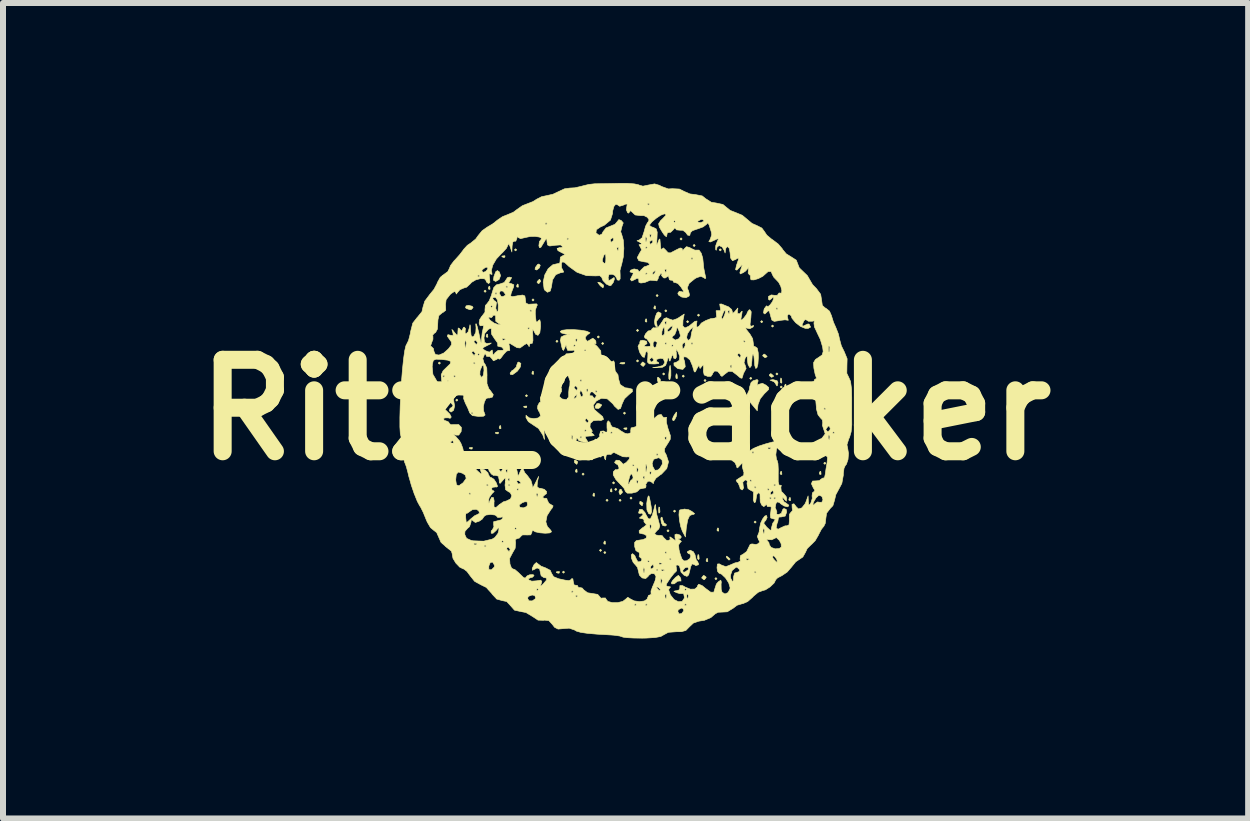
<source format=kicad_pcb>
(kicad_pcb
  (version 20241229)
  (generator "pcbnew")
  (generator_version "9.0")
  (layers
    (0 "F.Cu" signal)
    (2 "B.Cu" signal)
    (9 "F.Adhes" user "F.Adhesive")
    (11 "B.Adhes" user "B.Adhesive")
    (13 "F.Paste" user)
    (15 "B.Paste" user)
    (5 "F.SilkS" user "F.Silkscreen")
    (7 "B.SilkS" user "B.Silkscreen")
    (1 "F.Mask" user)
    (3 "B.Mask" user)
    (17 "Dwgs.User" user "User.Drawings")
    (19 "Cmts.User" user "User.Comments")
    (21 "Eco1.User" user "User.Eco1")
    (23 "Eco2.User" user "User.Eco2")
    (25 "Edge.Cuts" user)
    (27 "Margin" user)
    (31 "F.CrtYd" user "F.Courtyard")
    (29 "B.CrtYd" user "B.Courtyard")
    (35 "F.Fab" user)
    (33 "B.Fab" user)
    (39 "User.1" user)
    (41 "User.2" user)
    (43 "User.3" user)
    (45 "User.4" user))
  (footprint "Ritz_Cracker"
    (layer "F.Cu")
    (at 7.373 3.78)
    (property "Reference" "Ritz_Cracker" (at 0 0 0) (layer "F.SilkS") (effects (font (size 1.524 1.524) (thickness 0.3))))
    (attr through_hole)
    (fp_poly (pts (xy -3.084 -0.78) (xy -3.102 -0.762) (xy -3.121 -0.78) (xy -3.102 -0.798) (xy -3.084 -0.78)) (stroke (width 0.01) (type solid)) (fill yes) (layer "F.SilkS"))
    (fp_poly (pts (xy -2.794 -0.163) (xy -2.812 -0.145) (xy -2.83 -0.163) (xy -2.812 -0.181) (xy -2.794 -0.163)) (stroke (width 0.01) (type solid)) (fill yes) (layer "F.SilkS"))
    (fp_poly (pts (xy -2.322 -1.978) (xy -2.34 -1.959) (xy -2.359 -1.978) (xy -2.34 -1.996) (xy -2.322 -1.978)) (stroke (width 0.01) (type solid)) (fill yes) (layer "F.SilkS"))
    (fp_poly (pts (xy -1.814 -2.667) (xy -1.832 -2.649) (xy -1.851 -2.667) (xy -1.832 -2.685) (xy -1.814 -2.667)) (stroke (width 0.01) (type solid)) (fill yes) (layer "F.SilkS"))
    (fp_poly (pts (xy -1.633 -0.236) (xy -1.651 -0.218) (xy -1.669 -0.236) (xy -1.651 -0.254) (xy -1.633 -0.236)) (stroke (width 0.01) (type solid)) (fill yes) (layer "F.SilkS"))
    (fp_poly (pts (xy -1.524 -1.832) (xy -1.542 -1.814) (xy -1.56 -1.832) (xy -1.542 -1.851) (xy -1.524 -1.832)) (stroke (width 0.01) (type solid)) (fill yes) (layer "F.SilkS"))
    (fp_poly (pts (xy -1.379 -0.2) (xy -1.397 -0.181) (xy -1.415 -0.2) (xy -1.397 -0.218) (xy -1.379 -0.2)) (stroke (width 0.01) (type solid)) (fill yes) (layer "F.SilkS"))
    (fp_poly (pts (xy -1.125 -1.143) (xy -1.143 -1.125) (xy -1.161 -1.143) (xy -1.143 -1.161) (xy -1.125 -1.143)) (stroke (width 0.01) (type solid)) (fill yes) (layer "F.SilkS"))
    (fp_poly (pts (xy -1.125 -0.526) (xy -1.143 -0.508) (xy -1.161 -0.526) (xy -1.143 -0.544) (xy -1.125 -0.526)) (stroke (width 0.01) (type solid)) (fill yes) (layer "F.SilkS"))
    (fp_poly (pts (xy -1.016 2.703) (xy -1.034 2.721) (xy -1.052 2.703) (xy -1.034 2.685) (xy -1.016 2.703)) (stroke (width 0.01) (type solid)) (fill yes) (layer "F.SilkS"))
    (fp_poly (pts (xy -0.762 0.599) (xy -0.78 0.617) (xy -0.798 0.599) (xy -0.78 0.581) (xy -0.762 0.599)) (stroke (width 0.01) (type solid)) (fill yes) (layer "F.SilkS"))
    (fp_poly (pts (xy -0.689 1.07) (xy -0.708 1.089) (xy -0.726 1.07) (xy -0.708 1.052) (xy -0.689 1.07)) (stroke (width 0.01) (type solid)) (fill yes) (layer "F.SilkS"))
    (fp_poly (pts (xy -0.544 0.816) (xy -0.562 0.835) (xy -0.581 0.816) (xy -0.562 0.798) (xy -0.544 0.816)) (stroke (width 0.01) (type solid)) (fill yes) (layer "F.SilkS"))
    (fp_poly (pts (xy -0.435 -1.216) (xy -0.454 -1.197) (xy -0.472 -1.216) (xy -0.454 -1.234) (xy -0.435 -1.216)) (stroke (width 0.01) (type solid)) (fill yes) (layer "F.SilkS"))
    (fp_poly (pts (xy -0.399 2.34) (xy -0.417 2.359) (xy -0.435 2.34) (xy -0.417 2.322) (xy -0.399 2.34)) (stroke (width 0.01) (type solid)) (fill yes) (layer "F.SilkS"))
    (fp_poly (pts (xy -0.363 -1.107) (xy -0.381 -1.089) (xy -0.399 -1.107) (xy -0.381 -1.125) (xy -0.363 -1.107)) (stroke (width 0.01) (type solid)) (fill yes) (layer "F.SilkS"))
    (fp_poly (pts (xy -0.327 2.377) (xy -0.345 2.395) (xy -0.363 2.377) (xy -0.345 2.359) (xy -0.327 2.377)) (stroke (width 0.01) (type solid)) (fill yes) (layer "F.SilkS"))
    (fp_poly (pts (xy -0.29 1.506) (xy -0.308 1.524) (xy -0.327 1.506) (xy -0.308 1.488) (xy -0.29 1.506)) (stroke (width 0.01) (type solid)) (fill yes) (layer "F.SilkS"))
    (fp_poly (pts (xy -0.181 1.216) (xy -0.2 1.234) (xy -0.218 1.216) (xy -0.2 1.197) (xy -0.181 1.216)) (stroke (width 0.01) (type solid)) (fill yes) (layer "F.SilkS"))
    (fp_poly (pts (xy -0.145 1.324) (xy -0.163 1.343) (xy -0.181 1.324) (xy -0.163 1.306) (xy -0.145 1.324)) (stroke (width 0.01) (type solid)) (fill yes) (layer "F.SilkS"))
    (fp_poly (pts (xy -0.073 1.506) (xy -0.091 1.524) (xy -0.109 1.506) (xy -0.091 1.488) (xy -0.073 1.506)) (stroke (width 0.01) (type solid)) (fill yes) (layer "F.SilkS"))
    (fp_poly (pts (xy 0 0.054) (xy -0.018 0.073) (xy -0.036 0.054) (xy -0.018 0.036) (xy 0 0.054)) (stroke (width 0.01) (type solid)) (fill yes) (layer "F.SilkS"))
    (fp_poly (pts (xy 0.109 1.47) (xy 0.091 1.488) (xy 0.073 1.47) (xy 0.091 1.451) (xy 0.109 1.47)) (stroke (width 0.01) (type solid)) (fill yes) (layer "F.SilkS"))
    (fp_poly (pts (xy 0.218 -1.324) (xy 0.2 -1.306) (xy 0.181 -1.324) (xy 0.2 -1.343) (xy 0.218 -1.324)) (stroke (width 0.01) (type solid)) (fill yes) (layer "F.SilkS"))
    (fp_poly (pts (xy 0.218 -0.816) (xy 0.2 -0.798) (xy 0.181 -0.816) (xy 0.2 -0.835) (xy 0.218 -0.816)) (stroke (width 0.01) (type solid)) (fill yes) (layer "F.SilkS"))
    (fp_poly (pts (xy 0.435 -0.236) (xy 0.417 -0.218) (xy 0.399 -0.236) (xy 0.417 -0.254) (xy 0.435 -0.236)) (stroke (width 0.01) (type solid)) (fill yes) (layer "F.SilkS"))
    (fp_poly (pts (xy 0.544 -1.905) (xy 0.526 -1.887) (xy 0.508 -1.905) (xy 0.526 -1.923) (xy 0.544 -1.905)) (stroke (width 0.01) (type solid)) (fill yes) (layer "F.SilkS"))
    (fp_poly (pts (xy 0.653 -0.599) (xy 0.635 -0.581) (xy 0.617 -0.599) (xy 0.635 -0.617) (xy 0.653 -0.599)) (stroke (width 0.01) (type solid)) (fill yes) (layer "F.SilkS"))
    (fp_poly (pts (xy 0.689 -1.651) (xy 0.671 -1.633) (xy 0.653 -1.651) (xy 0.671 -1.669) (xy 0.689 -1.651)) (stroke (width 0.01) (type solid)) (fill yes) (layer "F.SilkS"))
    (fp_poly (pts (xy 0.726 2.014) (xy 0.708 2.032) (xy 0.689 2.014) (xy 0.708 1.996) (xy 0.726 2.014)) (stroke (width 0.01) (type solid)) (fill yes) (layer "F.SilkS"))
    (fp_poly (pts (xy 0.835 1.687) (xy 0.816 1.705) (xy 0.798 1.687) (xy 0.816 1.669) (xy 0.835 1.687)) (stroke (width 0.01) (type solid)) (fill yes) (layer "F.SilkS"))
    (fp_poly (pts (xy 0.943 -2.848) (xy 0.925 -2.83) (xy 0.907 -2.848) (xy 0.925 -2.867) (xy 0.943 -2.848)) (stroke (width 0.01) (type solid)) (fill yes) (layer "F.SilkS"))
    (fp_poly (pts (xy 0.98 -0.562) (xy 0.962 -0.544) (xy 0.943 -0.562) (xy 0.962 -0.581) (xy 0.98 -0.562)) (stroke (width 0.01) (type solid)) (fill yes) (layer "F.SilkS"))
    (fp_poly (pts (xy 1.052 -1.47) (xy 1.034 -1.451) (xy 1.016 -1.47) (xy 1.034 -1.488) (xy 1.052 -1.47)) (stroke (width 0.01) (type solid)) (fill yes) (layer "F.SilkS"))
    (fp_poly (pts (xy 1.161 -2.74) (xy 1.143 -2.721) (xy 1.125 -2.74) (xy 1.143 -2.758) (xy 1.161 -2.74)) (stroke (width 0.01) (type solid)) (fill yes) (layer "F.SilkS"))
    (fp_poly (pts (xy 1.234 -1.578) (xy 1.216 -1.56) (xy 1.197 -1.578) (xy 1.216 -1.597) (xy 1.234 -1.578)) (stroke (width 0.01) (type solid)) (fill yes) (layer "F.SilkS"))
    (fp_poly (pts (xy 1.343 -0.49) (xy 1.324 -0.472) (xy 1.306 -0.49) (xy 1.324 -0.508) (xy 1.343 -0.49)) (stroke (width 0.01) (type solid)) (fill yes) (layer "F.SilkS"))
    (fp_poly (pts (xy 1.524 2.812) (xy 1.506 2.83) (xy 1.488 2.812) (xy 1.506 2.794) (xy 1.524 2.812)) (stroke (width 0.01) (type solid)) (fill yes) (layer "F.SilkS"))
    (fp_poly (pts (xy 1.597 -2.667) (xy 1.578 -2.649) (xy 1.56 -2.667) (xy 1.578 -2.685) (xy 1.597 -2.667)) (stroke (width 0.01) (type solid)) (fill yes) (layer "F.SilkS"))
    (fp_poly (pts (xy 2.105 -0.526) (xy 2.086 -0.508) (xy 2.068 -0.526) (xy 2.086 -0.544) (xy 2.105 -0.526)) (stroke (width 0.01) (type solid)) (fill yes) (layer "F.SilkS"))
    (fp_poly (pts (xy 2.177 1.869) (xy 2.159 1.887) (xy 2.141 1.869) (xy 2.159 1.851) (xy 2.177 1.869)) (stroke (width 0.01) (type solid)) (fill yes) (layer "F.SilkS"))
    (fp_poly (pts (xy 2.286 -1.47) (xy 2.268 -1.451) (xy 2.25 -1.47) (xy 2.268 -1.488) (xy 2.286 -1.47)) (stroke (width 0.01) (type solid)) (fill yes) (layer "F.SilkS"))
    (fp_poly (pts (xy 2.467 -1.397) (xy 2.449 -1.379) (xy 2.431 -1.397) (xy 2.449 -1.415) (xy 2.467 -1.397)) (stroke (width 0.01) (type solid)) (fill yes) (layer "F.SilkS"))
    (fp_poly (pts (xy 2.54 -0.599) (xy 2.522 -0.581) (xy 2.504 -0.599) (xy 2.522 -0.617) (xy 2.54 -0.599)) (stroke (width 0.01) (type solid)) (fill yes) (layer "F.SilkS"))
    (fp_poly (pts (xy 2.613 -0.381) (xy 2.594 -0.363) (xy 2.576 -0.381) (xy 2.594 -0.399) (xy 2.613 -0.381)) (stroke (width 0.01) (type solid)) (fill yes) (layer "F.SilkS"))
    (fp_poly (pts (xy 3.338 0.889) (xy 3.32 0.907) (xy 3.302 0.889) (xy 3.32 0.871) (xy 3.338 0.889)) (stroke (width 0.01) (type solid)) (fill yes) (layer "F.SilkS"))
    (fp_poly (pts (xy -2.552 0.629) (xy -2.557 0.651) (xy -2.576 0.653) (xy -2.606 0.64) (xy -2.6 0.629) (xy -2.557 0.625) (xy -2.552 0.629)) (stroke (width 0.01) (type solid)) (fill yes) (layer "F.SilkS"))
    (fp_poly (pts (xy -2.298 -1.258) (xy -2.294 -1.215) (xy -2.298 -1.21) (xy -2.32 -1.215) (xy -2.322 -1.234) (xy -2.309 -1.264) (xy -2.298 -1.258)) (stroke (width 0.01) (type solid)) (fill yes) (layer "F.SilkS"))
    (fp_poly (pts (xy -2.262 -2.056) (xy -2.257 -2.013) (xy -2.262 -2.008) (xy -2.283 -2.013) (xy -2.286 -2.032) (xy -2.273 -2.062) (xy -2.262 -2.056)) (stroke (width 0.01) (type solid)) (fill yes) (layer "F.SilkS"))
    (fp_poly (pts (xy -2.117 0.375) (xy -2.122 0.397) (xy -2.141 0.399) (xy -2.171 0.386) (xy -2.165 0.375) (xy -2.122 0.371) (xy -2.117 0.375)) (stroke (width 0.01) (type solid)) (fill yes) (layer "F.SilkS"))
    (fp_poly (pts (xy -2.08 0.266) (xy -2.076 0.309) (xy -2.08 0.314) (xy -2.102 0.309) (xy -2.105 0.29) (xy -2.091 0.26) (xy -2.08 0.266)) (stroke (width 0.01) (type solid)) (fill yes) (layer "F.SilkS"))
    (fp_poly (pts (xy -2.008 -2.564) (xy -2.013 -2.543) (xy -2.032 -2.54) (xy -2.062 -2.553) (xy -2.056 -2.564) (xy -2.013 -2.569) (xy -2.008 -2.564)) (stroke (width 0.01) (type solid)) (fill yes) (layer "F.SilkS"))
    (fp_poly (pts (xy -1.79 -2.092) (xy -1.786 -2.049) (xy -1.79 -2.044) (xy -1.812 -2.049) (xy -1.814 -2.068) (xy -1.801 -2.098) (xy -1.79 -2.092)) (stroke (width 0.01) (type solid)) (fill yes) (layer "F.SilkS"))
    (fp_poly (pts (xy -1.645 -0.06) (xy -1.65 -0.039) (xy -1.669 -0.036) (xy -1.699 -0.05) (xy -1.693 -0.06) (xy -1.65 -0.065) (xy -1.645 -0.06)) (stroke (width 0.01) (type solid)) (fill yes) (layer "F.SilkS"))
    (fp_poly (pts (xy -1.536 -0.641) (xy -1.532 -0.598) (xy -1.536 -0.593) (xy -1.558 -0.598) (xy -1.56 -0.617) (xy -1.547 -0.647) (xy -1.536 -0.641)) (stroke (width 0.01) (type solid)) (fill yes) (layer "F.SilkS"))
    (fp_poly (pts (xy -1.101 2.697) (xy -1.106 2.719) (xy -1.125 2.721) (xy -1.155 2.708) (xy -1.149 2.697) (xy -1.106 2.693) (xy -1.101 2.697)) (stroke (width 0.01) (type solid)) (fill yes) (layer "F.SilkS"))
    (fp_poly (pts (xy -0.81 0.992) (xy -0.806 1.035) (xy -0.81 1.04) (xy -0.832 1.035) (xy -0.835 1.016) (xy -0.821 0.986) (xy -0.81 0.992)) (stroke (width 0.01) (type solid)) (fill yes) (layer "F.SilkS"))
    (fp_poly (pts (xy -0.738 0.665) (xy -0.743 0.687) (xy -0.762 0.689) (xy -0.792 0.676) (xy -0.786 0.665) (xy -0.743 0.661) (xy -0.738 0.665)) (stroke (width 0.01) (type solid)) (fill yes) (layer "F.SilkS"))
    (fp_poly (pts (xy -0.629 0.738) (xy -0.634 0.759) (xy -0.653 0.762) (xy -0.683 0.749) (xy -0.677 0.738) (xy -0.634 0.733) (xy -0.629 0.738)) (stroke (width 0.01) (type solid)) (fill yes) (layer "F.SilkS"))
    (fp_poly (pts (xy -0.52 1.391) (xy -0.516 1.434) (xy -0.52 1.439) (xy -0.542 1.434) (xy -0.544 1.415) (xy -0.531 1.385) (xy -0.52 1.391)) (stroke (width 0.01) (type solid)) (fill yes) (layer "F.SilkS"))
    (fp_poly (pts (xy -0.411 0.738) (xy -0.407 0.781) (xy -0.411 0.786) (xy -0.433 0.781) (xy -0.435 0.762) (xy -0.422 0.732) (xy -0.411 0.738)) (stroke (width 0.01) (type solid)) (fill yes) (layer "F.SilkS"))
    (fp_poly (pts (xy -0.339 2.189) (xy -0.334 2.232) (xy -0.339 2.238) (xy -0.36 2.233) (xy -0.363 2.213) (xy -0.35 2.184) (xy -0.339 2.189)) (stroke (width 0.01) (type solid)) (fill yes) (layer "F.SilkS"))
    (fp_poly (pts (xy -0.23 1.318) (xy -0.225 1.361) (xy -0.23 1.367) (xy -0.251 1.362) (xy -0.254 1.343) (xy -0.241 1.313) (xy -0.23 1.318)) (stroke (width 0.01) (type solid)) (fill yes) (layer "F.SilkS"))
    (fp_poly (pts (xy -0.01 -0.784) (xy -0.021 -0.767) (xy -0.057 -0.765) (xy -0.096 -0.774) (xy -0.079 -0.787) (xy -0.023 -0.791) (xy -0.01 -0.784)) (stroke (width 0.01) (type solid)) (fill yes) (layer "F.SilkS"))
    (fp_poly (pts (xy 0.024 0.302) (xy 0.019 0.324) (xy 0 0.327) (xy -0.03 0.313) (xy -0.024 0.302) (xy 0.019 0.298) (xy 0.024 0.302)) (stroke (width 0.01) (type solid)) (fill yes) (layer "F.SilkS"))
    (fp_poly (pts (xy 0.351 -1.512) (xy 0.355 -1.469) (xy 0.351 -1.464) (xy 0.329 -1.469) (xy 0.327 -1.488) (xy 0.34 -1.518) (xy 0.351 -1.512)) (stroke (width 0.01) (type solid)) (fill yes) (layer "F.SilkS"))
    (fp_poly (pts (xy 0.496 -1.73) (xy 0.5 -1.687) (xy 0.496 -1.681) (xy 0.474 -1.686) (xy 0.472 -1.705) (xy 0.485 -1.735) (xy 0.496 -1.73)) (stroke (width 0.01) (type solid)) (fill yes) (layer "F.SilkS"))
    (fp_poly (pts (xy 0.568 1.624) (xy 0.573 1.698) (xy 0.568 1.714) (xy 0.555 1.719) (xy 0.55 1.669) (xy 0.556 1.618) (xy 0.568 1.624)) (stroke (width 0.01) (type solid)) (fill yes) (layer "F.SilkS"))
    (fp_poly (pts (xy 0.859 -0.587) (xy 0.864 -0.531) (xy 0.856 -0.518) (xy 0.84 -0.529) (xy 0.837 -0.565) (xy 0.846 -0.604) (xy 0.859 -0.587)) (stroke (width 0.01) (type solid)) (fill yes) (layer "F.SilkS"))
    (fp_poly (pts (xy 1.222 2.424) (xy 1.227 2.481) (xy 1.219 2.494) (xy 1.203 2.483) (xy 1.2 2.446) (xy 1.209 2.408) (xy 1.222 2.424)) (stroke (width 0.01) (type solid)) (fill yes) (layer "F.SilkS"))
    (fp_poly (pts (xy 1.367 2.48) (xy 1.371 2.523) (xy 1.367 2.528) (xy 1.345 2.523) (xy 1.343 2.504) (xy 1.356 2.474) (xy 1.367 2.48)) (stroke (width 0.01) (type solid)) (fill yes) (layer "F.SilkS"))
    (fp_poly (pts (xy 1.548 1.972) (xy 1.553 2.015) (xy 1.548 2.02) (xy 1.527 2.015) (xy 1.524 1.996) (xy 1.537 1.966) (xy 1.548 1.972)) (stroke (width 0.01) (type solid)) (fill yes) (layer "F.SilkS"))
    (fp_poly (pts (xy 2.6 1.028) (xy 2.605 1.071) (xy 2.6 1.076) (xy 2.579 1.071) (xy 2.576 1.052) (xy 2.59 1.022) (xy 2.6 1.028)) (stroke (width 0.01) (type solid)) (fill yes) (layer "F.SilkS"))
    (fp_poly (pts (xy 2.601 -0.515) (xy 2.605 -0.458) (xy 2.598 -0.445) (xy 2.582 -0.456) (xy 2.579 -0.493) (xy 2.588 -0.532) (xy 2.601 -0.515)) (stroke (width 0.01) (type solid)) (fill yes) (layer "F.SilkS"))
    (fp_poly (pts (xy 2.673 -0.423) (xy 2.677 -0.38) (xy 2.673 -0.375) (xy 2.651 -0.38) (xy 2.649 -0.399) (xy 2.662 -0.429) (xy 2.673 -0.423)) (stroke (width 0.01) (type solid)) (fill yes) (layer "F.SilkS"))
    (fp_poly (pts (xy 2.746 1.464) (xy 2.75 1.507) (xy 2.746 1.512) (xy 2.724 1.507) (xy 2.721 1.488) (xy 2.735 1.458) (xy 2.746 1.464)) (stroke (width 0.01) (type solid)) (fill yes) (layer "F.SilkS"))
    (fp_poly (pts (xy 3.254 1.028) (xy 3.258 1.071) (xy 3.254 1.076) (xy 3.232 1.071) (xy 3.229 1.052) (xy 3.243 1.022) (xy 3.254 1.028)) (stroke (width 0.01) (type solid)) (fill yes) (layer "F.SilkS"))
    (fp_poly (pts (xy -0.072 1.325) (xy -0.051 1.368) (xy -0.056 1.381) (xy -0.091 1.414) (xy -0.108 1.377) (xy -0.109 1.359) (xy -0.091 1.321) (xy -0.072 1.325)) (stroke (width 0.01) (type solid)) (fill yes) (layer "F.SilkS"))
    (fp_poly (pts (xy 1.7 2.446) (xy 1.738 2.48) (xy 1.742 2.488) (xy 1.724 2.503) (xy 1.689 2.469) (xy 1.684 2.462) (xy 1.68 2.437) (xy 1.7 2.446)) (stroke (width 0.01) (type solid)) (fill yes) (layer "F.SilkS"))
    (fp_poly (pts (xy -2.555 -1.727) (xy -2.54 -1.705) (xy -2.569 -1.673) (xy -2.592 -1.669) (xy -2.654 -1.691) (xy -2.667 -1.705) (xy -2.656 -1.734) (xy -2.615 -1.742) (xy -2.555 -1.727)) (stroke (width 0.01) (type solid)) (fill yes) (layer "F.SilkS"))
    (fp_poly (pts (xy -1.421 -2.41) (xy -1.436 -2.366) (xy -1.478 -2.332) (xy -1.481 -2.331) (xy -1.508 -2.342) (xy -1.502 -2.374) (xy -1.465 -2.424) (xy -1.445 -2.431) (xy -1.421 -2.41)) (stroke (width 0.01) (type solid)) (fill yes) (layer "F.SilkS"))
    (fp_poly (pts (xy -1.416 -2.149) (xy -1.415 -2.141) (xy -1.443 -2.106) (xy -1.454 -2.105) (xy -1.475 -2.127) (xy -1.47 -2.141) (xy -1.437 -2.175) (xy -1.431 -2.177) (xy -1.416 -2.149)) (stroke (width 0.01) (type solid)) (fill yes) (layer "F.SilkS"))
    (fp_poly (pts (xy -0.8 0.861) (xy -0.798 0.871) (xy -0.811 0.906) (xy -0.814 0.907) (xy -0.845 0.882) (xy -0.853 0.871) (xy -0.85 0.837) (xy -0.837 0.835) (xy -0.8 0.861)) (stroke (width 0.01) (type solid)) (fill yes) (layer "F.SilkS"))
    (fp_poly (pts (xy -0.632 0.598) (xy -0.635 0.617) (xy -0.666 0.651) (xy -0.671 0.653) (xy -0.7 0.628) (xy -0.708 0.617) (xy -0.699 0.586) (xy -0.671 0.581) (xy -0.632 0.598)) (stroke (width 0.01) (type solid)) (fill yes) (layer "F.SilkS"))
    (fp_poly (pts (xy -0.434 -2.124) (xy -0.422 -2.12) (xy -0.371 -2.084) (xy -0.363 -2.064) (xy -0.376 -2.034) (xy -0.417 -2.065) (xy -0.436 -2.087) (xy -0.463 -2.127) (xy -0.434 -2.124)) (stroke (width 0.01) (type solid)) (fill yes) (layer "F.SilkS"))
    (fp_poly (pts (xy -0.405 -0.091) (xy -0.399 -0.076) (xy -0.428 -0.037) (xy -0.454 -0.023) (xy -0.5 -0.029) (xy -0.508 -0.056) (xy -0.479 -0.103) (xy -0.454 -0.109) (xy -0.405 -0.091)) (stroke (width 0.01) (type solid)) (fill yes) (layer "F.SilkS"))
    (fp_poly (pts (xy 0.289 1.55) (xy 0.29 1.56) (xy 0.278 1.596) (xy 0.274 1.597) (xy 0.243 1.571) (xy 0.236 1.56) (xy 0.239 1.527) (xy 0.252 1.524) (xy 0.289 1.55)) (stroke (width 0.01) (type solid)) (fill yes) (layer "F.SilkS"))
    (fp_poly (pts (xy 0.326 -0.771) (xy 0.327 -0.762) (xy 0.299 -0.727) (xy 0.29 -0.726) (xy 0.255 -0.753) (xy 0.254 -0.762) (xy 0.282 -0.797) (xy 0.29 -0.798) (xy 0.326 -0.771)) (stroke (width 0.01) (type solid)) (fill yes) (layer "F.SilkS"))
    (fp_poly (pts (xy 0.577 -0.515) (xy 0.581 -0.49) (xy 0.573 -0.441) (xy 0.566 -0.435) (xy 0.543 -0.464) (xy 0.531 -0.49) (xy 0.53 -0.537) (xy 0.545 -0.544) (xy 0.577 -0.515)) (stroke (width 0.01) (type solid)) (fill yes) (layer "F.SilkS"))
    (fp_poly (pts (xy 0.854 0.066) (xy 0.845 0.109) (xy 0.816 0.168) (xy 0.793 0.181) (xy 0.781 0.155) (xy 0.798 0.109) (xy 0.834 0.052) (xy 0.851 0.036) (xy 0.854 0.066)) (stroke (width 0.01) (type solid)) (fill yes) (layer "F.SilkS"))
    (fp_poly (pts (xy 1.342 2.785) (xy 1.343 2.794) (xy 1.315 2.829) (xy 1.306 2.83) (xy 1.271 2.803) (xy 1.27 2.794) (xy 1.298 2.759) (xy 1.306 2.758) (xy 1.342 2.785)) (stroke (width 0.01) (type solid)) (fill yes) (layer "F.SilkS"))
    (fp_poly (pts (xy 2.322 -0.925) (xy 2.357 -0.893) (xy 2.359 -0.887) (xy 2.33 -0.871) (xy 2.322 -0.871) (xy 2.287 -0.899) (xy 2.286 -0.909) (xy 2.308 -0.931) (xy 2.322 -0.925)) (stroke (width 0.01) (type solid)) (fill yes) (layer "F.SilkS"))
    (fp_poly (pts (xy 2.431 -0.599) (xy 2.466 -0.566) (xy 2.467 -0.56) (xy 2.439 -0.545) (xy 2.431 -0.544) (xy 2.396 -0.572) (xy 2.395 -0.583) (xy 2.417 -0.604) (xy 2.431 -0.599)) (stroke (width 0.01) (type solid)) (fill yes) (layer "F.SilkS"))
    (fp_poly (pts (xy 3.113 -0.406) (xy 3.121 -0.365) (xy 3.106 -0.305) (xy 3.084 -0.29) (xy 3.052 -0.32) (xy 3.048 -0.343) (xy 3.07 -0.404) (xy 3.084 -0.417) (xy 3.113 -0.406)) (stroke (width 0.01) (type solid)) (fill yes) (layer "F.SilkS"))
    (fp_poly (pts (xy -2.103 -2.299) (xy -2.082 -2.237) (xy -2.107 -2.173) (xy -2.162 -2.141) (xy -2.165 -2.141) (xy -2.201 -2.161) (xy -2.193 -2.223) (xy -2.163 -2.302) (xy -2.135 -2.322) (xy -2.103 -2.299)) (stroke (width 0.01) (type solid)) (fill yes) (layer "F.SilkS"))
    (fp_poly (pts (xy 0.614 1.797) (xy 0.617 1.823) (xy 0.64 1.882) (xy 0.66 1.895) (xy 0.684 1.917) (xy 0.663 1.935) (xy 0.621 1.927) (xy 0.598 1.885) (xy 0.587 1.815) (xy 0.595 1.787) (xy 0.614 1.797)) (stroke (width 0.01) (type solid)) (fill yes) (layer "F.SilkS"))
    (fp_poly (pts (xy 0.75 -0.702) (xy 0.755 -0.658) (xy 0.755 -0.566) (xy 0.739 -0.507) (xy 0.737 -0.504) (xy 0.722 -0.517) (xy 0.72 -0.583) (xy 0.724 -0.627) (xy 0.736 -0.719) (xy 0.743 -0.743) (xy 0.75 -0.702)) (stroke (width 0.01) (type solid)) (fill yes) (layer "F.SilkS"))
    (fp_poly (pts (xy 2.525 -0.487) (xy 2.54 -0.454) (xy 2.53 -0.405) (xy 2.522 -0.399) (xy 2.504 -0.427) (xy 2.504 -0.433) (xy 2.474 -0.469) (xy 2.44 -0.483) (xy 2.408 -0.496) (xy 2.445 -0.503) (xy 2.458 -0.504) (xy 2.525 -0.487)) (stroke (width 0.01) (type solid)) (fill yes) (layer "F.SilkS"))
    (fp_poly (pts (xy 0.592 -1.61) (xy 0.59 -1.562) (xy 0.558 -1.531) (xy 0.515 -1.475) (xy 0.519 -1.438) (xy 0.53 -1.385) (xy 0.508 -1.39) (xy 0.491 -1.413) (xy 0.482 -1.47) (xy 0.495 -1.548) (xy 0.521 -1.613) (xy 0.546 -1.633) (xy 0.592 -1.61)) (stroke (width 0.01) (type solid)) (fill yes) (layer "F.SilkS"))
    (fp_poly (pts (xy 1.945 0.564) (xy 1.952 0.59) (xy 1.98 0.632) (xy 2.004 0.63) (xy 2.026 0.628) (xy 2.017 0.648) (xy 1.963 0.683) (xy 1.92 0.689) (xy 1.872 0.682) (xy 1.874 0.645) (xy 1.893 0.608) (xy 1.927 0.555) (xy 1.945 0.564)) (stroke (width 0.01) (type solid)) (fill yes) (layer "F.SilkS"))
    (fp_poly (pts (xy -1.744 -0.774) (xy -1.752 -0.717) (xy -1.798 -0.651) (xy -1.808 -0.641) (xy -1.882 -0.587) (xy -1.919 -0.592) (xy -1.923 -0.613) (xy -1.894 -0.653) (xy -1.869 -0.666) (xy -1.82 -0.715) (xy -1.814 -0.743) (xy -1.795 -0.792) (xy -1.778 -0.798) (xy -1.744 -0.774)) (stroke (width 0.01) (type solid)) (fill yes) (layer "F.SilkS"))
    (fp_poly (pts (xy -0.471 0.49) (xy -0.469 0.491) (xy -0.439 0.541) (xy -0.441 0.605) (xy -0.47 0.649) (xy -0.487 0.653) (xy -0.546 0.681) (xy -0.558 0.699) (xy -0.566 0.701) (xy -0.558 0.645) (xy -0.556 0.635) (xy -0.531 0.531) (xy -0.505 0.487) (xy -0.471 0.49)) (stroke (width 0.01) (type solid)) (fill yes) (layer "F.SilkS"))
    (fp_poly (pts (xy 0.391 1.437) (xy 0.408 1.508) (xy 0.41 1.519) (xy 0.428 1.618) (xy 0.435 1.689) (xy 0.435 1.692) (xy 0.42 1.738) (xy 0.388 1.731) (xy 0.36 1.676) (xy 0.356 1.66) (xy 0.353 1.559) (xy 0.363 1.488) (xy 0.379 1.433) (xy 0.391 1.437)) (stroke (width 0.01) (type solid)) (fill yes) (layer "F.SilkS"))
    (fp_poly (pts (xy 0.908 2.786) (xy 0.921 2.814) (xy 0.924 2.852) (xy 0.909 2.85) (xy 0.863 2.855) (xy 0.853 2.866) (xy 0.812 2.898) (xy 0.771 2.899) (xy 0.762 2.882) (xy 0.785 2.842) (xy 0.834 2.79) (xy 0.877 2.759) (xy 0.883 2.758) (xy 0.908 2.786)) (stroke (width 0.01) (type solid)) (fill yes) (layer "F.SilkS"))
    (fp_poly (pts (xy 1.054 1.664) (xy 1.106 1.692) (xy 1.151 1.729) (xy 1.136 1.741) (xy 1.114 1.742) (xy 1.068 1.762) (xy 1.036 1.831) (xy 1.013 1.959) (xy 1.008 2.011) (xy 0.998 2.117) (xy 0.947 2.022) (xy 0.919 1.943) (xy 0.899 1.844) (xy 0.89 1.749) (xy 0.895 1.682) (xy 0.907 1.666) (xy 0.955 1.658) (xy 0.982 1.652) (xy 1.054 1.664)) (stroke (width 0.01) (type solid)) (fill yes) (layer "F.SilkS"))
    (fp_poly (pts (xy 2.21 -0.486) (xy 2.198 -0.448) (xy 2.191 -0.41) (xy 2.222 -0.427) (xy 2.281 -0.443) (xy 2.341 -0.412) (xy 2.386 -0.373) (xy 2.385 -0.341) (xy 2.334 -0.29) (xy 2.316 -0.274) (xy 2.245 -0.187) (xy 2.208 -0.091) (xy 2.207 -0.087) (xy 2.195 0.015) (xy 2.093 -0.107) (xy 2.03 -0.198) (xy 2.022 -0.254) (xy 2.03 -0.266) (xy 2.061 -0.332) (xy 2.068 -0.384) (xy 2.092 -0.457) (xy 2.126 -0.486) (xy 2.194 -0.506) (xy 2.21 -0.486)) (stroke (width 0.01) (type solid)) (fill yes) (layer "F.SilkS"))
    (fp_poly (pts (xy 0.617 0.111) (xy 0.64 0.131) (xy 0.658 0.124) (xy 0.685 0.124) (xy 0.681 0.149) (xy 0.682 0.213) (xy 0.707 0.309) (xy 0.716 0.335) (xy 0.747 0.428) (xy 0.745 0.49) (xy 0.705 0.558) (xy 0.697 0.569) (xy 0.651 0.643) (xy 0.649 0.696) (xy 0.679 0.751) (xy 0.716 0.865) (xy 0.687 0.977) (xy 0.599 1.07) (xy 0.579 1.082) (xy 0.506 1.138) (xy 0.472 1.193) (xy 0.471 1.197) (xy 0.462 1.229) (xy 0.443 1.208) (xy 0.393 1.185) (xy 0.366 1.195) (xy 0.336 1.242) (xy 0.342 1.266) (xy 0.335 1.299) (xy 0.292 1.306) (xy 0.232 1.319) (xy 0.218 1.338) (xy 0.186 1.366) (xy 0.11 1.386) (xy 0.109 1.387) (xy 0.029 1.387) (xy 0 1.362) (xy -0.024 1.308) (xy -0.064 1.262) (xy -0.091 1.234) (xy 0.043 1.234) (xy 0.049 1.258) (xy 0.061 1.225) (xy 0.076 1.197) (xy 0.181 1.197) (xy 0.195 1.227) (xy 0.206 1.222) (xy 0.21 1.179) (xy 0.206 1.173) (xy 0.184 1.178) (xy 0.181 1.197) (xy 0.076 1.197) (xy 0.091 1.171) (xy 0.11 1.161) (xy 0.127 1.134) (xy 0.125 1.125) (xy 0.29 1.125) (xy 0.304 1.155) (xy 0.314 1.149) (xy 0.319 1.106) (xy 0.314 1.101) (xy 0.293 1.106) (xy 0.29 1.125) (xy 0.125 1.125) (xy 0.12 1.1) (xy 0.098 1.061) (xy 0.078 1.088) (xy 0.069 1.109) (xy 0.046 1.194) (xy 0.043 1.234) (xy -0.091 1.234) (xy -0.161 1.16) (xy -0.205 1.084) (xy -0.204 1.052) (xy 0.399 1.052) (xy 0.412 1.082) (xy 0.423 1.076) (xy 0.428 1.033) (xy 0.423 1.028) (xy 0.402 1.033) (xy 0.399 1.052) (xy -0.204 1.052) (xy -0.203 1.03) (xy -0.167 0.994) (xy -0.145 0.998) (xy -0.134 0.995) (xy 0.184 0.995) (xy 0.191 1.042) (xy 0.203 1.042) (xy 0.212 0.994) (xy 0.206 0.973) (xy 0.193 0.962) (xy 0.334 0.962) (xy 0.338 1.024) (xy 0.349 1.029) (xy 0.35 1.026) (xy 0.358 0.954) (xy 0.352 0.917) (xy 0.34 0.902) (xy 0.334 0.95) (xy 0.334 0.962) (xy 0.193 0.962) (xy 0.19 0.959) (xy 0.184 0.995) (xy -0.134 0.995) (xy -0.114 0.99) (xy -0.109 0.964) (xy -0.124 0.925) (xy 0.109 0.925) (xy 0.127 0.943) (xy 0.145 0.925) (xy 0.127 0.907) (xy 0.109 0.925) (xy -0.124 0.925) (xy -0.128 0.914) (xy -0.145 0.907) (xy -0.18 0.88) (xy -0.181 0.871) (xy -0.156 0.838) (xy -0.106 0.841) (xy -0.065 0.875) (xy -0.063 0.88) (xy -0.039 0.906) (xy -0.016 0.892) (xy 0.443 0.892) (xy 0.454 0.944) (xy 0.489 1.007) (xy 0.54 1.001) (xy 0.573 0.972) (xy 0.614 0.901) (xy 0.608 0.835) (xy 0.56 0.799) (xy 0.546 0.798) (xy 0.467 0.823) (xy 0.443 0.892) (xy -0.016 0.892) (xy 0.012 0.876) (xy 0.012 0.875) (xy 0.062 0.82) (xy 0.067 0.783) (xy 0.026 0.782) (xy 0.021 0.784) (xy -0.044 0.78) (xy -0.121 0.744) (xy 0.508 0.744) (xy 0.526 0.762) (xy 0.544 0.744) (xy 0.526 0.726) (xy 0.508 0.744) (xy -0.121 0.744) (xy -0.124 0.742) (xy -0.19 0.71) (xy -0.218 0.719) (xy -0.218 0.72) (xy -0.244 0.744) (xy -0.272 0.739) (xy -0.318 0.745) (xy -0.327 0.782) (xy -0.332 0.832) (xy -0.346 0.815) (xy -0.367 0.737) (xy -0.379 0.677) (xy -0.388 0.588) (xy -0.375 0.556) (xy -0.369 0.559) (xy -0.329 0.55) (xy -0.312 0.523) (xy -0.297 0.472) (xy 0.653 0.472) (xy 0.666 0.502) (xy 0.677 0.496) (xy 0.682 0.453) (xy 0.677 0.448) (xy 0.656 0.453) (xy 0.653 0.472) (xy -0.297 0.472) (xy -0.293 0.461) (xy -0.317 0.446) (xy -0.363 0.454) (xy -0.422 0.446) (xy -0.435 0.421) (xy -0.423 0.381) (xy -0.399 0.381) (xy -0.381 0.399) (xy -0.363 0.381) (xy -0.254 0.381) (xy -0.236 0.399) (xy -0.218 0.381) (xy -0.236 0.363) (xy -0.254 0.381) (xy -0.363 0.381) (xy -0.381 0.363) (xy -0.399 0.381) (xy -0.423 0.381) (xy -0.415 0.356) (xy -0.365 0.351) (xy -0.341 0.366) (xy -0.311 0.378) (xy -0.305 0.335) (xy -0.309 0.293) (xy -0.309 0.216) (xy -0.29 0.182) (xy -0.289 0.181) (xy -0.258 0.211) (xy -0.254 0.236) (xy -0.225 0.283) (xy -0.197 0.29) (xy -0.126 0.314) (xy -0.086 0.345) (xy -0.009 0.39) (xy 0.038 0.399) (xy 0.088 0.381) (xy 0.086 0.345) (xy 0.092 0.3) (xy 0.136 0.29) (xy 0.21 0.267) (xy 0.295 0.209) (xy 0.301 0.203) (xy 0.374 0.15) (xy 0.412 0.155) (xy 0.413 0.158) (xy 0.445 0.171) (xy 0.483 0.136) (xy 0.543 0.085) (xy 0.595 0.076) (xy 0.617 0.111)) (stroke (width 0.01) (type solid)) (fill yes) (layer "F.SilkS"))
    (fp_poly (pts (xy 1.602 -1.764) (xy 1.679 -1.732) (xy 1.714 -1.719) (xy 1.768 -1.674) (xy 1.778 -1.64) (xy 1.786 -1.608) (xy 1.817 -1.634) (xy 1.833 -1.653) (xy 1.87 -1.697) (xy 1.872 -1.682) (xy 1.865 -1.66) (xy 1.866 -1.608) (xy 1.9 -1.6) (xy 1.937 -1.642) (xy 1.944 -1.644) (xy 1.936 -1.589) (xy 1.934 -1.579) (xy 1.921 -1.507) (xy 1.934 -1.497) (xy 1.971 -1.531) (xy 2.019 -1.594) (xy 2.032 -1.63) (xy 2.06 -1.667) (xy 2.071 -1.669) (xy 2.094 -1.636) (xy 2.088 -1.537) (xy 2.086 -1.519) (xy 2.074 -1.426) (xy 2.084 -1.392) (xy 2.106 -1.398) (xy 2.135 -1.406) (xy 2.125 -1.382) (xy 2.072 -1.353) (xy 2.046 -1.357) (xy 2.004 -1.368) (xy 2.007 -1.347) (xy 2.057 -1.283) (xy 2.07 -1.268) (xy 2.118 -1.187) (xy 2.128 -1.117) (xy 2.135 -1.062) (xy 2.162 -1.052) (xy 2.195 -1.029) (xy 2.211 -0.951) (xy 2.213 -0.871) (xy 2.206 -0.764) (xy 2.189 -0.702) (xy 2.169 -0.691) (xy 2.153 -0.74) (xy 2.149 -0.802) (xy 2.139 -0.898) (xy 2.124 -0.933) (xy 2.11 -0.902) (xy 2.105 -0.82) (xy 2.096 -0.735) (xy 2.074 -0.705) (xy 2.068 -0.708) (xy 2.041 -0.757) (xy 2.031 -0.828) (xy 2.027 -0.891) (xy 2.011 -0.89) (xy 1.992 -0.86) (xy 1.974 -0.784) (xy 1.992 -0.748) (xy 2.009 -0.69) (xy 1.998 -0.669) (xy 1.964 -0.606) (xy 1.954 -0.569) (xy 1.94 -0.527) (xy 1.912 -0.534) (xy 1.861 -0.578) (xy 1.78 -0.64) (xy 1.717 -0.644) (xy 1.653 -0.596) (xy 1.607 -0.558) (xy 1.583 -0.575) (xy 1.574 -0.596) (xy 1.533 -0.644) (xy 1.482 -0.648) (xy 1.452 -0.609) (xy 1.451 -0.599) (xy 1.423 -0.559) (xy 1.37 -0.558) (xy 1.311 -0.582) (xy 1.296 -0.644) (xy 1.298 -0.676) (xy 1.3 -0.726) (xy 1.742 -0.726) (xy 1.755 -0.696) (xy 1.766 -0.702) (xy 1.77 -0.745) (xy 1.766 -0.75) (xy 1.744 -0.745) (xy 1.742 -0.726) (xy 1.3 -0.726) (xy 1.3 -0.741) (xy 1.284 -0.742) (xy 1.272 -0.726) (xy 1.242 -0.69) (xy 1.233 -0.716) (xy 1.232 -0.726) (xy 1.219 -0.738) (xy 1.191 -0.691) (xy 1.19 -0.689) (xy 1.164 -0.634) (xy 1.146 -0.633) (xy 1.127 -0.694) (xy 1.117 -0.731) (xy 1.074 -0.832) (xy 1.016 -0.881) (xy 1.016 -0.881) (xy 0.971 -0.885) (xy 0.969 -0.85) (xy 0.984 -0.806) (xy 0.995 -0.719) (xy 0.955 -0.675) (xy 0.876 -0.687) (xy 0.864 -0.693) (xy 0.808 -0.741) (xy 0.806 -0.782) (xy 0.853 -0.798) (xy 0.896 -0.826) (xy 0.903 -0.892) (xy 0.892 -0.921) (xy 1.863 -0.921) (xy 1.869 -0.907) (xy 1.901 -0.873) (xy 1.907 -0.871) (xy 1.923 -0.899) (xy 1.923 -0.907) (xy 1.895 -0.942) (xy 1.885 -0.943) (xy 1.863 -0.921) (xy 0.892 -0.921) (xy 0.872 -0.972) (xy 0.867 -0.98) (xy 0.841 -1.008) (xy 0.842 -0.974) (xy 0.846 -0.953) (xy 0.848 -0.881) (xy 0.831 -0.851) (xy 0.803 -0.862) (xy 0.795 -0.896) (xy 0.786 -0.926) (xy 0.767 -0.886) (xy 0.762 -0.871) (xy 0.74 -0.813) (xy 0.729 -0.822) (xy 0.725 -0.853) (xy 0.715 -0.883) (xy 0.7 -0.843) (xy 0.694 -0.816) (xy 0.668 -0.742) (xy 0.617 -0.711) (xy 0.544 -0.704) (xy 0.463 -0.703) (xy 0.452 -0.705) (xy 0.511 -0.713) (xy 0.535 -0.716) (xy 0.623 -0.74) (xy 0.653 -0.789) (xy 0.653 -0.798) (xy 0.628 -0.853) (xy 0.581 -0.861) (xy 0.518 -0.842) (xy 0.517 -0.808) (xy 0.553 -0.786) (xy 0.553 -0.773) (xy 0.495 -0.766) (xy 0.477 -0.765) (xy 0.395 -0.768) (xy 0.366 -0.797) (xy 0.368 -0.835) (xy 0.399 -0.835) (xy 0.427 -0.799) (xy 0.435 -0.798) (xy 0.471 -0.826) (xy 0.472 -0.835) (xy 0.444 -0.87) (xy 0.435 -0.871) (xy 0.4 -0.843) (xy 0.399 -0.835) (xy 0.368 -0.835) (xy 0.37 -0.869) (xy 0.371 -0.871) (xy 0.373 -0.947) (xy 0.357 -0.98) (xy 0.357 -0.98) (xy 0.33 -0.95) (xy 0.327 -0.925) (xy 0.314 -0.875) (xy 0.282 -0.885) (xy 0.241 -0.949) (xy 0.229 -0.98) (xy 0.208 -1.059) (xy 0.223 -1.089) (xy 0.223 -1.089) (xy 0.242 -1.111) (xy 0.236 -1.125) (xy 0.247 -1.153) (xy 0.288 -1.161) (xy 0.351 -1.144) (xy 0.358 -1.106) (xy 0.318 -1.076) (xy 0.312 -1.062) (xy 0.355 -1.055) (xy 0.413 -1.062) (xy 0.412 -1.1) (xy 0.401 -1.122) (xy 0.459 -1.122) (xy 0.46 -1.067) (xy 0.46 -1.066) (xy 0.485 -1.031) (xy 0.511 -1.057) (xy 0.514 -1.07) (xy 0.762 -1.07) (xy 0.78 -1.052) (xy 0.798 -1.07) (xy 0.943 -1.07) (xy 0.951 -1.022) (xy 0.958 -1.016) (xy 0.981 -1.044) (xy 0.993 -1.07) (xy 0.993 -1.107) (xy 1.089 -1.107) (xy 1.107 -1.089) (xy 1.125 -1.107) (xy 1.107 -1.125) (xy 1.089 -1.107) (xy 0.993 -1.107) (xy 0.994 -1.117) (xy 0.979 -1.125) (xy 0.947 -1.095) (xy 0.943 -1.07) (xy 0.798 -1.07) (xy 0.78 -1.089) (xy 0.762 -1.07) (xy 0.514 -1.07) (xy 0.524 -1.107) (xy 0.653 -1.107) (xy 0.671 -1.089) (xy 0.689 -1.107) (xy 0.671 -1.125) (xy 0.653 -1.107) (xy 0.524 -1.107) (xy 0.526 -1.115) (xy 0.521 -1.133) (xy 0.502 -1.143) (xy 1.959 -1.143) (xy 1.978 -1.125) (xy 1.996 -1.143) (xy 1.978 -1.161) (xy 1.959 -1.143) (xy 0.502 -1.143) (xy 0.487 -1.151) (xy 0.459 -1.122) (xy 0.401 -1.122) (xy 0.399 -1.125) (xy 0.355 -1.182) (xy 0.325 -1.197) (xy 0.318 -1.211) (xy 0.774 -1.211) (xy 0.78 -1.197) (xy 0.827 -1.163) (xy 0.894 -1.189) (xy 0.9 -1.202) (xy 1.017 -1.202) (xy 1.039 -1.164) (xy 1.052 -1.161) (xy 1.085 -1.19) (xy 1.089 -1.213) (xy 1.101 -1.29) (xy 1.114 -1.331) (xy 1.128 -1.375) (xy 1.108 -1.365) (xy 1.077 -1.336) (xy 1.031 -1.268) (xy 1.017 -1.202) (xy 0.9 -1.202) (xy 0.916 -1.234) (xy 0.896 -1.306) (xy 0.868 -1.368) (xy 0.854 -1.366) (xy 0.844 -1.315) (xy 0.819 -1.252) (xy 0.794 -1.234) (xy 0.774 -1.211) (xy 0.318 -1.211) (xy 0.313 -1.222) (xy 0.325 -1.248) (xy 0.604 -1.248) (xy 0.62 -1.234) (xy 0.647 -1.264) (xy 0.653 -1.306) (xy 0.651 -1.328) (xy 0.694 -1.328) (xy 0.706 -1.307) (xy 0.722 -1.306) (xy 0.761 -1.335) (xy 0.777 -1.366) (xy 0.786 -1.405) (xy 0.755 -1.388) (xy 0.745 -1.38) (xy 0.694 -1.328) (xy 0.651 -1.328) (xy 0.647 -1.365) (xy 0.639 -1.379) (xy 0.62 -1.349) (xy 0.606 -1.306) (xy 0.604 -1.248) (xy 0.325 -1.248) (xy 0.334 -1.268) (xy 0.378 -1.316) (xy 0.406 -1.32) (xy 0.433 -1.33) (xy 0.435 -1.344) (xy 0.462 -1.37) (xy 0.49 -1.366) (xy 0.547 -1.38) (xy 0.598 -1.451) (xy 0.653 -1.451) (xy 0.666 -1.422) (xy 0.677 -1.427) (xy 0.682 -1.47) (xy 0.677 -1.476) (xy 0.656 -1.471) (xy 0.653 -1.451) (xy 0.598 -1.451) (xy 0.599 -1.452) (xy 0.643 -1.523) (xy 0.684 -1.536) (xy 0.723 -1.517) (xy 0.788 -1.495) (xy 0.861 -1.521) (xy 0.885 -1.536) (xy 0.978 -1.597) (xy 0.957 -1.492) (xy 0.954 -1.399) (xy 0.989 -1.365) (xy 1.056 -1.395) (xy 1.082 -1.416) (xy 1.156 -1.476) (xy 1.191 -1.481) (xy 1.184 -1.433) (xy 1.184 -1.387) (xy 1.199 -1.379) (xy 1.233 -1.403) (xy 1.234 -1.409) (xy 1.264 -1.447) (xy 1.335 -1.488) (xy 1.418 -1.52) (xy 1.454 -1.524) (xy 1.6 -1.524) (xy 1.611 -1.51) (xy 1.634 -1.543) (xy 1.656 -1.599) (xy 1.663 -1.633) (xy 1.705 -1.633) (xy 1.719 -1.603) (xy 1.73 -1.609) (xy 1.734 -1.652) (xy 1.73 -1.657) (xy 1.708 -1.652) (xy 1.705 -1.633) (xy 1.663 -1.633) (xy 1.666 -1.651) (xy 1.653 -1.658) (xy 1.633 -1.633) (xy 1.603 -1.555) (xy 1.6 -1.524) (xy 1.454 -1.524) (xy 1.484 -1.528) (xy 1.518 -1.543) (xy 1.513 -1.597) (xy 1.509 -1.653) (xy 1.544 -1.655) (xy 1.547 -1.654) (xy 1.584 -1.653) (xy 1.579 -1.704) (xy 1.577 -1.71) (xy 1.569 -1.764) (xy 1.601 -1.765) (xy 1.602 -1.764)) (stroke (width 0.01) (type solid)) (fill yes) (layer "F.SilkS"))
    (fp_poly (pts (xy -0.753 -1.329) (xy -0.657 -1.313) (xy -0.638 -1.307) (xy -0.592 -1.285) (xy -0.612 -1.266) (xy -0.629 -1.259) (xy -0.67 -1.213) (xy -0.666 -1.178) (xy -0.635 -1.142) (xy -0.605 -1.159) (xy -0.545 -1.195) (xy -0.504 -1.162) (xy -0.494 -1.141) (xy -0.492 -1.102) (xy -0.517 -1.108) (xy -0.525 -1.105) (xy -0.484 -1.068) (xy -0.475 -1.06) (xy -0.413 -0.985) (xy -0.41 -0.93) (xy -0.409 -0.88) (xy -0.379 -0.871) (xy -0.319 -0.841) (xy -0.303 -0.816) (xy -0.273 -0.78) (xy -0.232 -0.802) (xy -0.197 -0.818) (xy -0.183 -0.78) (xy -0.181 -0.73) (xy -0.173 -0.652) (xy -0.151 -0.617) (xy -0.15 -0.617) (xy -0.126 -0.586) (xy -0.118 -0.522) (xy -0.089 -0.422) (xy -0.008 -0.369) (xy 0.043 -0.363) (xy 0.111 -0.346) (xy 0.116 -0.305) (xy 0.056 -0.255) (xy 0.055 -0.254) (xy -0.018 -0.185) (xy -0.056 -0.104) (xy -0.084 -0.023) (xy -0.124 -0.008) (xy -0.182 -0.061) (xy -0.213 -0.103) (xy -0.303 -0.184) (xy -0.402 -0.194) (xy -0.487 -0.148) (xy -0.539 -0.076) (xy -0.52 -0.006) (xy -0.454 0.051) (xy -0.381 0.113) (xy -0.367 0.159) (xy -0.411 0.177) (xy -0.455 0.172) (xy -0.537 0.18) (xy -0.588 0.226) (xy -0.593 0.288) (xy -0.572 0.321) (xy -0.552 0.357) (xy -0.564 0.363) (xy -0.569 0.379) (xy -0.544 0.399) (xy -0.521 0.424) (xy -0.559 0.434) (xy -0.594 0.435) (xy -0.663 0.441) (xy -0.671 0.464) (xy -0.653 0.49) (xy -0.631 0.528) (xy -0.664 0.538) (xy -0.703 0.536) (xy -0.778 0.511) (xy -0.803 0.473) (xy -0.812 0.466) (xy -0.827 0.518) (xy -0.83 0.537) (xy -0.855 0.617) (xy -0.886 0.656) (xy -0.889 0.656) (xy -0.909 0.635) (xy -0.907 0.635) (xy -0.889 0.653) (xy -0.871 0.635) (xy -0.889 0.617) (xy -0.907 0.635) (xy -0.909 0.635) (xy -0.919 0.624) (xy -0.946 0.547) (xy -0.948 0.537) (xy -0.96 0.472) (xy -0.901 0.472) (xy -0.896 0.523) (xy -0.883 0.517) (xy -0.879 0.454) (xy -0.762 0.454) (xy -0.744 0.472) (xy -0.726 0.454) (xy -0.744 0.435) (xy -0.762 0.454) (xy -0.879 0.454) (xy -0.878 0.443) (xy -0.883 0.426) (xy -0.896 0.422) (xy -0.901 0.472) (xy -0.96 0.472) (xy -0.97 0.417) (xy -0.975 0.531) (xy -0.994 0.619) (xy -1.034 0.666) (xy -1.081 0.668) (xy -1.089 0.654) (xy -1.062 0.606) (xy -1.052 0.598) (xy -1.031 0.554) (xy -1.037 0.54) (xy -1.078 0.526) (xy -1.104 0.542) (xy -1.162 0.55) (xy -1.23 0.513) (xy -1.286 0.449) (xy -1.306 0.386) (xy -1.319 0.345) (xy -1.27 0.345) (xy -1.251 0.393) (xy -1.235 0.399) (xy -1.215 0.373) (xy -1.221 0.345) (xy -1.222 0.342) (xy -1.158 0.342) (xy -1.152 0.389) (xy -1.139 0.389) (xy -1.131 0.345) (xy -0.689 0.345) (xy -0.671 0.363) (xy -0.653 0.345) (xy -0.671 0.327) (xy -0.689 0.345) (xy -1.131 0.345) (xy -1.131 0.341) (xy -1.136 0.32) (xy -1.152 0.306) (xy -1.158 0.342) (xy -1.222 0.342) (xy -1.246 0.297) (xy -1.256 0.29) (xy -1.268 0.32) (xy -1.27 0.345) (xy -1.319 0.345) (xy -1.322 0.334) (xy -1.338 0.327) (xy -1.356 0.357) (xy -1.356 0.426) (xy -1.349 0.491) (xy -1.354 0.489) (xy -1.378 0.421) (xy -1.379 0.417) (xy -1.45 0.309) (xy -1.533 0.254) (xy -1.619 0.196) (xy -1.636 0.167) (xy -0.677 0.167) (xy -0.671 0.181) (xy -0.639 0.216) (xy -0.633 0.218) (xy -0.617 0.19) (xy -0.617 0.181) (xy -0.645 0.147) (xy -0.655 0.145) (xy -0.677 0.167) (xy -1.636 0.167) (xy -1.659 0.129) (xy -1.659 0.127) (xy -1.658 0.088) (xy -1.647 0.1) (xy -1.602 0.134) (xy -1.527 0.145) (xy -1.455 0.134) (xy -1.416 0.101) (xy -1.415 0.093) (xy -1.435 0.033) (xy -1.448 0.02) (xy -1.467 -0.027) (xy -1.462 -0.072) (xy -1.435 -0.123) (xy -1.414 -0.126) (xy -1.369 -0.135) (xy -1.321 -0.172) (xy -1.268 -0.21) (xy -1.243 -0.19) (xy -1.208 -0.147) (xy -1.171 -0.164) (xy -1.161 -0.209) (xy -1.146 -0.284) (xy -1.112 -0.342) (xy -1.076 -0.359) (xy -1.067 -0.354) (xy -1.066 -0.309) (xy -1.086 -0.276) (xy -1.107 -0.228) (xy -1.067 -0.19) (xy -1.054 -0.182) (xy -0.984 -0.17) (xy -0.973 -0.184) (xy -0.862 -0.184) (xy -0.857 -0.181) (xy -0.824 -0.207) (xy -0.816 -0.218) (xy -0.807 -0.252) (xy -0.812 -0.254) (xy -0.845 -0.228) (xy -0.853 -0.218) (xy -0.862 -0.184) (xy -0.973 -0.184) (xy -0.947 -0.217) (xy -0.947 -0.272) (xy -0.762 -0.272) (xy -0.743 -0.224) (xy -0.727 -0.218) (xy -0.715 -0.233) (xy -0.597 -0.233) (xy -0.58 -0.236) (xy -0.547 -0.232) (xy -0.544 -0.218) (xy -0.522 -0.195) (xy -0.504 -0.202) (xy -0.486 -0.238) (xy -0.495 -0.25) (xy -0.546 -0.298) (xy -0.549 -0.301) (xy -0.578 -0.299) (xy -0.594 -0.272) (xy -0.597 -0.233) (xy -0.715 -0.233) (xy -0.707 -0.244) (xy -0.713 -0.272) (xy -0.738 -0.32) (xy -0.748 -0.327) (xy -0.653 -0.327) (xy -0.64 -0.297) (xy -0.629 -0.302) (xy -0.628 -0.308) (xy -0.508 -0.308) (xy -0.49 -0.29) (xy -0.472 -0.308) (xy -0.49 -0.327) (xy -0.508 -0.308) (xy -0.628 -0.308) (xy -0.625 -0.345) (xy -0.629 -0.351) (xy -0.651 -0.346) (xy -0.653 -0.327) (xy -0.748 -0.327) (xy -0.76 -0.297) (xy -0.762 -0.272) (xy -0.947 -0.272) (xy -0.947 -0.296) (xy -0.94 -0.37) (xy -0.938 -0.377) (xy -0.858 -0.377) (xy -0.853 -0.363) (xy -0.82 -0.328) (xy -0.814 -0.327) (xy -0.799 -0.355) (xy -0.798 -0.363) (xy -0.826 -0.398) (xy -0.837 -0.399) (xy -0.858 -0.377) (xy -0.938 -0.377) (xy -0.928 -0.405) (xy -0.925 -0.481) (xy -0.928 -0.49) (xy -0.762 -0.49) (xy -0.744 -0.472) (xy -0.726 -0.49) (xy -0.744 -0.508) (xy -0.762 -0.49) (xy -0.928 -0.49) (xy -0.949 -0.551) (xy -0.997 -0.635) (xy -1.009 -0.535) (xy -1.028 -0.463) (xy -1.055 -0.435) (xy -1.072 -0.467) (xy -1.07 -0.55) (xy -1.066 -0.581) (xy -1.055 -0.671) (xy -0.98 -0.671) (xy -0.962 -0.653) (xy -0.943 -0.671) (xy -0.962 -0.689) (xy -0.98 -0.671) (xy -1.055 -0.671) (xy -1.055 -0.673) (xy -1.065 -0.71) (xy -1.102 -0.708) (xy -1.111 -0.705) (xy -1.15 -0.697) (xy -1.137 -0.72) (xy -1.135 -0.721) (xy -0.762 -0.721) (xy -0.74 -0.702) (xy -0.726 -0.708) (xy -0.699 -0.744) (xy -0.544 -0.744) (xy -0.526 -0.726) (xy -0.508 -0.744) (xy -0.526 -0.762) (xy -0.544 -0.744) (xy -0.699 -0.744) (xy -0.691 -0.756) (xy -0.689 -0.766) (xy -0.712 -0.786) (xy -0.726 -0.78) (xy -0.761 -0.732) (xy -0.762 -0.721) (xy -1.135 -0.721) (xy -1.098 -0.756) (xy -1.039 -0.827) (xy -1.035 -0.838) (xy -0.98 -0.838) (xy -0.958 -0.801) (xy -0.881 -0.765) (xy -0.881 -0.765) (xy -0.885 -0.79) (xy -0.894 -0.816) (xy -0.929 -0.862) (xy -0.967 -0.867) (xy -0.98 -0.838) (xy -1.035 -0.838) (xy -1.022 -0.873) (xy -0.637 -0.873) (xy -0.628 -0.858) (xy -0.575 -0.836) (xy -0.545 -0.875) (xy -0.544 -0.889) (xy -0.563 -0.937) (xy -0.578 -0.943) (xy -0.626 -0.919) (xy -0.637 -0.873) (xy -1.022 -0.873) (xy -1.016 -0.888) (xy -0.99 -0.934) (xy -0.938 -0.937) (xy -0.87 -0.944) (xy -0.845 -0.968) (xy -0.851 -0.98) (xy -0.689 -0.98) (xy -0.676 -0.95) (xy -0.665 -0.956) (xy -0.661 -0.999) (xy -0.665 -1.004) (xy -0.687 -0.999) (xy -0.689 -0.98) (xy -0.851 -0.98) (xy -0.859 -0.996) (xy -0.905 -0.991) (xy -0.965 -0.992) (xy -0.982 -1.039) (xy -0.985 -1.07) (xy -0.871 -1.07) (xy -0.853 -1.052) (xy -0.835 -1.07) (xy -0.853 -1.089) (xy -0.871 -1.07) (xy -0.985 -1.07) (xy -0.987 -1.085) (xy -1.001 -1.065) (xy -1.012 -1.036) (xy -1.034 -0.991) (xy -1.051 -1.009) (xy -1.064 -1.054) (xy -1.085 -1.159) (xy -1.085 -1.161) (xy -0.835 -1.161) (xy -0.821 -1.131) (xy -0.81 -1.137) (xy -0.806 -1.18) (xy -0.81 -1.185) (xy -0.832 -1.18) (xy -0.835 -1.161) (xy -1.085 -1.161) (xy -1.073 -1.215) (xy -1.021 -1.241) (xy -1.007 -1.244) (xy -0.925 -1.26) (xy -1.007 -1.265) (xy -1.071 -1.283) (xy -1.089 -1.308) (xy -1.056 -1.327) (xy -0.975 -1.337) (xy -0.866 -1.338) (xy -0.753 -1.329)) (stroke (width 0.01) (type solid)) (fill yes) (layer "F.SilkS"))
    (fp_poly (pts (xy 0.03 -3.775) (xy 0.146 -3.766) (xy 0.215 -3.752) (xy 0.223 -3.747) (xy 0.289 -3.728) (xy 0.382 -3.747) (xy 0.484 -3.766) (xy 0.566 -3.742) (xy 0.597 -3.724) (xy 0.714 -3.682) (xy 0.78 -3.686) (xy 0.898 -3.68) (xy 0.971 -3.643) (xy 1.072 -3.599) (xy 1.168 -3.587) (xy 1.279 -3.565) (xy 1.331 -3.522) (xy 1.429 -3.46) (xy 1.512 -3.447) (xy 1.623 -3.423) (xy 1.676 -3.379) (xy 1.744 -3.324) (xy 1.841 -3.286) (xy 1.945 -3.243) (xy 2.023 -3.178) (xy 2.108 -3.107) (xy 2.19 -3.071) (xy 2.271 -3.03) (xy 2.312 -2.975) (xy 2.354 -2.912) (xy 2.434 -2.845) (xy 2.453 -2.833) (xy 2.545 -2.763) (xy 2.61 -2.687) (xy 2.616 -2.675) (xy 2.677 -2.601) (xy 2.76 -2.55) (xy 2.845 -2.495) (xy 2.867 -2.438) (xy 2.895 -2.367) (xy 2.955 -2.309) (xy 3.029 -2.238) (xy 3.068 -2.17) (xy 3.116 -2.088) (xy 3.18 -2.022) (xy 3.251 -1.927) (xy 3.266 -1.834) (xy 3.279 -1.741) (xy 3.327 -1.698) (xy 3.337 -1.695) (xy 3.398 -1.646) (xy 3.43 -1.573) (xy 3.465 -1.46) (xy 3.504 -1.373) (xy 3.547 -1.264) (xy 3.567 -1.174) (xy 3.596 -1.067) (xy 3.644 -0.97) (xy 3.692 -0.853) (xy 3.689 -0.736) (xy 3.687 -0.609) (xy 3.718 -0.545) (xy 3.749 -0.475) (xy 3.766 -0.346) (xy 3.769 -0.199) (xy 3.769 -0.035) (xy 3.769 0.123) (xy 3.77 0.243) (xy 3.77 0.25) (xy 3.759 0.366) (xy 3.731 0.462) (xy 3.72 0.481) (xy 3.689 0.581) (xy 3.7 0.632) (xy 3.715 0.724) (xy 3.707 0.826) (xy 3.68 0.906) (xy 3.661 0.928) (xy 3.64 0.974) (xy 3.629 1.062) (xy 3.629 1.086) (xy 3.604 1.225) (xy 3.556 1.316) (xy 3.504 1.412) (xy 3.483 1.502) (xy 3.455 1.596) (xy 3.411 1.641) (xy 3.35 1.721) (xy 3.338 1.803) (xy 3.328 1.89) (xy 3.303 1.941) (xy 3.301 1.942) (xy 3.264 1.988) (xy 3.22 2.072) (xy 3.214 2.086) (xy 3.16 2.179) (xy 3.097 2.243) (xy 3.092 2.246) (xy 3.027 2.31) (xy 2.998 2.373) (xy 2.954 2.451) (xy 2.904 2.485) (xy 2.836 2.531) (xy 2.771 2.611) (xy 2.77 2.613) (xy 2.694 2.701) (xy 2.606 2.761) (xy 2.534 2.798) (xy 2.504 2.828) (xy 2.504 2.828) (xy 2.475 2.885) (xy 2.408 2.949) (xy 2.331 2.998) (xy 2.282 3.012) (xy 2.212 3.038) (xy 2.133 3.103) (xy 2.117 3.121) (xy 2.034 3.194) (xy 1.953 3.229) (xy 1.944 3.229) (xy 1.858 3.255) (xy 1.794 3.304) (xy 1.695 3.364) (xy 1.624 3.368) (xy 1.541 3.372) (xy 1.495 3.397) (xy 1.422 3.46) (xy 1.313 3.506) (xy 1.223 3.52) (xy 1.131 3.551) (xy 1.066 3.612) (xy 1.006 3.674) (xy 0.93 3.696) (xy 0.848 3.696) (xy 0.713 3.706) (xy 0.642 3.744) (xy 0.588 3.775) (xy 0.492 3.793) (xy 0.342 3.802) (xy 0.278 3.803) (xy 0.135 3.801) (xy 0.022 3.795) (xy -0.044 3.786) (xy -0.052 3.782) (xy -0.099 3.767) (xy -0.192 3.754) (xy -0.246 3.75) (xy -0.471 3.737) (xy -0.634 3.723) (xy -0.745 3.707) (xy -0.816 3.687) (xy -0.85 3.667) (xy -0.939 3.637) (xy -1.032 3.644) (xy -1.124 3.652) (xy -1.182 3.623) (xy -1.218 3.576) (xy -1.278 3.511) (xy -1.351 3.503) (xy -1.367 3.506) (xy -1.458 3.503) (xy -1.545 3.445) (xy -1.658 3.377) (xy -1.746 3.359) (xy 0.871 3.359) (xy 0.892 3.399) (xy 0.936 3.393) (xy 0.971 3.345) (xy 0.956 3.308) (xy 0.928 3.302) (xy 0.878 3.331) (xy 0.871 3.359) (xy -1.746 3.359) (xy -1.75 3.359) (xy -1.85 3.337) (xy -1.91 3.269) (xy -1.911 3.267) (xy -1.929 3.248) (xy 0.145 3.248) (xy 0.163 3.266) (xy 0.181 3.248) (xy 0.327 3.248) (xy 0.345 3.266) (xy 0.363 3.248) (xy 0.98 3.248) (xy 0.998 3.266) (xy 1.016 3.248) (xy 0.998 3.229) (xy 0.98 3.248) (xy 0.363 3.248) (xy 0.345 3.229) (xy 0.327 3.248) (xy 0.181 3.248) (xy 0.163 3.229) (xy 0.145 3.248) (xy -1.929 3.248) (xy -1.98 3.193) (xy -2.056 3.177) (xy -2.146 3.152) (xy -2.156 3.141) (xy -1.633 3.141) (xy -1.608 3.181) (xy -1.555 3.183) (xy -1.507 3.15) (xy -1.497 3.13) (xy -1.509 3.102) (xy -0.835 3.102) (xy -0.816 3.121) (xy -0.798 3.102) (xy -0.816 3.084) (xy -0.835 3.102) (xy -1.509 3.102) (xy -1.513 3.093) (xy -1.557 3.084) (xy -1.62 3.107) (xy -1.633 3.141) (xy -2.156 3.141) (xy -2.221 3.072) (xy -2.231 3.056) (xy -2.255 3.03) (xy -0.907 3.03) (xy -0.889 3.048) (xy -0.871 3.03) (xy -0.889 3.012) (xy -0.907 3.03) (xy -2.255 3.03) (xy -2.288 2.994) (xy -1.488 2.994) (xy -1.47 3.012) (xy -1.451 2.994) (xy -1.47 2.975) (xy -1.488 2.994) (xy -2.288 2.994) (xy -2.32 2.958) (xy -2.408 2.915) (xy -2.514 2.857) (xy -2.584 2.77) (xy -2.642 2.692) (xy -2.694 2.651) (xy -2.704 2.649) (xy -2.763 2.62) (xy -2.779 2.603) (xy -2.279 2.603) (xy -2.277 2.662) (xy -2.238 2.664) (xy -2.232 2.662) (xy -2.187 2.618) (xy -2.184 2.588) (xy -2.215 2.535) (xy -2.254 2.543) (xy -2.279 2.603) (xy -2.779 2.603) (xy -2.827 2.553) (xy -2.875 2.474) (xy -2.888 2.409) (xy -2.886 2.404) (xy -2.902 2.353) (xy -2.958 2.308) (xy -1.983 2.308) (xy -1.978 2.322) (xy -1.945 2.357) (xy -1.939 2.359) (xy -1.924 2.33) (xy -1.923 2.322) (xy -1.951 2.287) (xy -1.962 2.286) (xy -1.983 2.308) (xy -2.958 2.308) (xy -2.974 2.295) (xy -2.978 2.293) (xy -3.006 2.268) (xy -2.359 2.268) (xy -2.34 2.286) (xy -2.322 2.268) (xy -2.34 2.25) (xy -2.359 2.268) (xy -3.006 2.268) (xy -3.053 2.226) (xy -2.528 2.226) (xy -2.523 2.247) (xy -2.504 2.25) (xy -2.474 2.236) (xy -2.48 2.226) (xy -2.523 2.221) (xy -2.528 2.226) (xy -3.053 2.226) (xy -3.075 2.206) (xy -3.08 2.195) (xy -2.068 2.195) (xy -2.05 2.213) (xy -2.032 2.195) (xy -2.05 2.177) (xy -2.068 2.195) (xy -3.08 2.195) (xy -3.11 2.127) (xy -3.132 2.077) (xy -2.679 2.077) (xy -2.649 2.14) (xy -2.573 2.174) (xy -2.54 2.181) (xy -2.366 2.188) (xy -2.222 2.153) (xy -2.177 2.126) (xy -2.126 2.058) (xy -2.113 2.014) (xy -2.109 1.978) (xy -1.851 1.978) (xy -1.832 1.996) (xy -1.814 1.978) (xy -1.832 1.959) (xy -1.851 1.978) (xy -2.109 1.978) (xy -2.108 1.964) (xy -2.126 1.972) (xy -2.158 2.011) (xy -2.208 2.055) (xy -2.239 2.055) (xy -2.238 2.016) (xy -2.22 2) (xy -2.193 1.947) (xy -2.198 1.911) (xy -2.198 1.863) (xy -2.147 1.851) (xy -2.074 1.832) (xy -2.046 1.808) (xy -2.045 1.781) (xy -2.08 1.789) (xy -2.131 1.792) (xy -2.141 1.777) (xy -2.172 1.752) (xy -2.248 1.742) (xy -2.25 1.742) (xy -2.326 1.752) (xy -2.359 1.776) (xy -2.359 1.777) (xy -2.387 1.819) (xy -2.436 1.853) (xy -2.503 1.876) (xy -2.543 1.847) (xy -2.544 1.845) (xy -2.568 1.824) (xy -2.576 1.871) (xy -2.576 1.874) (xy -2.6 1.946) (xy -2.633 1.974) (xy -2.676 2.024) (xy -2.679 2.077) (xy -3.132 2.077) (xy -3.146 2.045) (xy -3.197 2.005) (xy -3.25 1.961) (xy -3.304 1.869) (xy -3.325 1.82) (xy -3.357 1.741) (xy -2.664 1.741) (xy -2.663 1.798) (xy -2.656 1.859) (xy -2.652 1.878) (xy -2.628 1.862) (xy -2.576 1.814) (xy -2.511 1.761) (xy -2.467 1.742) (xy -2.433 1.722) (xy -2.446 1.682) (xy -2.485 1.656) (xy -2.552 1.662) (xy -2.589 1.687) (xy -2.638 1.722) (xy -2.657 1.722) (xy -2.664 1.741) (xy -3.357 1.741) (xy -3.37 1.709) (xy -3.414 1.621) (xy -3.43 1.597) (xy -3.47 1.523) (xy -3.519 1.401) (xy -3.521 1.397) (xy -2.613 1.397) (xy -2.594 1.415) (xy -2.576 1.397) (xy -2.594 1.379) (xy -2.613 1.397) (xy -3.521 1.397) (xy -3.569 1.256) (xy -3.594 1.167) (xy -2.83 1.167) (xy -2.817 1.249) (xy -2.776 1.264) (xy -2.759 1.252) (xy -2.322 1.252) (xy -2.304 1.27) (xy -2.286 1.252) (xy -2.304 1.234) (xy -2.322 1.252) (xy -2.759 1.252) (xy -2.706 1.213) (xy -2.655 1.141) (xy -2.67 1.087) (xy -2.717 1.055) (xy -2.785 1.035) (xy -2.82 1.072) (xy -2.83 1.167) (xy -3.594 1.167) (xy -3.611 1.109) (xy -3.625 1.049) (xy -3.651 0.951) (xy -3.66 0.925) (xy -2.685 0.925) (xy -2.667 0.943) (xy -2.649 0.925) (xy -2.667 0.907) (xy -2.685 0.925) (xy -3.66 0.925) (xy -3.677 0.881) (xy -3.68 0.876) (xy -3.695 0.819) (xy -3.369 0.819) (xy -3.332 0.813) (xy -3.305 0.8) (xy -3.246 0.754) (xy -3.229 0.722) (xy -3.252 0.692) (xy -3.301 0.701) (xy -3.349 0.737) (xy -3.368 0.774) (xy -3.369 0.819) (xy -3.695 0.819) (xy -3.696 0.815) (xy -3.706 0.712) (xy -3.707 0.668) (xy -2.9 0.668) (xy -2.893 0.715) (xy -2.881 0.716) (xy -2.872 0.667) (xy -2.878 0.646) (xy -2.894 0.633) (xy -2.9 0.668) (xy -3.707 0.668) (xy -3.707 0.661) (xy -3.714 0.551) (xy -3.715 0.544) (xy -2.921 0.544) (xy -2.918 0.578) (xy -2.905 0.581) (xy -2.868 0.554) (xy -2.867 0.544) (xy -2.879 0.509) (xy -2.883 0.508) (xy -2.914 0.533) (xy -2.921 0.544) (xy -3.715 0.544) (xy -3.73 0.47) (xy -3.74 0.45) (xy -3.753 0.396) (xy -3.76 0.284) (xy -3.76 0.127) (xy -3.755 -0.061) (xy -3.746 -0.266) (xy -3.733 -0.475) (xy -3.717 -0.673) (xy -3.712 -0.721) (xy -3.222 -0.721) (xy -3.21 -0.592) (xy -3.173 -0.53) (xy -3.134 -0.462) (xy -3.134 -0.416) (xy -3.128 -0.37) (xy -3.101 -0.363) (xy -3.054 -0.335) (xy -3.048 -0.312) (xy -3.075 -0.276) (xy -3.116 -0.278) (xy -3.179 -0.272) (xy -3.202 -0.248) (xy -3.191 -0.212) (xy -3.117 -0.2) (xy -3.109 -0.2) (xy -3.03 -0.21) (xy -2.988 -0.257) (xy -2.967 -0.321) (xy -2.95 -0.415) (xy -2.951 -0.481) (xy -2.953 -0.484) (xy -2.966 -0.488) (xy -2.973 -0.445) (xy -2.987 -0.375) (xy -3.014 -0.37) (xy -3.046 -0.421) (xy -3.064 -0.49) (xy -3.07 -0.562) (xy -3.048 -0.562) (xy -3.03 -0.544) (xy -3.012 -0.562) (xy -2.867 -0.562) (xy -2.848 -0.544) (xy -2.83 -0.562) (xy -2.848 -0.581) (xy -2.867 -0.562) (xy -3.012 -0.562) (xy -3.03 -0.581) (xy -3.048 -0.562) (xy -3.07 -0.562) (xy -3.071 -0.581) (xy -2.427 -0.581) (xy -2.401 -0.545) (xy -2.395 -0.544) (xy -2.37 -0.576) (xy -2.359 -0.653) (xy -2.359 -0.662) (xy -2.364 -0.735) (xy -2.381 -0.743) (xy -2.395 -0.726) (xy -2.425 -0.651) (xy -2.427 -0.581) (xy -3.071 -0.581) (xy -3.072 -0.585) (xy -3.04 -0.652) (xy -2.986 -0.705) (xy -2.92 -0.769) (xy -2.917 -0.78) (xy -2.54 -0.78) (xy -2.522 -0.762) (xy -2.504 -0.78) (xy -2.522 -0.798) (xy -2.54 -0.78) (xy -2.917 -0.78) (xy -2.911 -0.808) (xy -2.965 -0.829) (xy -3.067 -0.841) (xy -3.159 -0.845) (xy -3.203 -0.825) (xy -3.218 -0.763) (xy -3.222 -0.721) (xy -3.712 -0.721) (xy -3.699 -0.847) (xy -3.68 -0.983) (xy -3.661 -1.065) (xy -3.249 -1.065) (xy -3.231 -1.052) (xy -3.201 -1.022) (xy -3.193 -0.977) (xy -3.169 -0.923) (xy -3.108 -0.914) (xy -3.028 -0.948) (xy -3.018 -0.957) (xy -2.564 -0.957) (xy -2.558 -0.943) (xy -2.526 -0.909) (xy -2.52 -0.907) (xy -2.51 -0.925) (xy -2.467 -0.925) (xy -2.449 -0.907) (xy -2.431 -0.925) (xy -2.449 -0.943) (xy -2.467 -0.925) (xy -2.51 -0.925) (xy -2.504 -0.935) (xy -2.504 -0.943) (xy -2.532 -0.978) (xy -2.542 -0.98) (xy -2.564 -0.957) (xy -3.018 -0.957) (xy -2.952 -1.016) (xy -2.38 -1.016) (xy -2.335 -0.987) (xy -2.332 -0.985) (xy -2.268 -0.962) (xy -2.237 -0.989) (xy -2.222 -0.997) (xy -2.215 -0.962) (xy -2.208 -0.912) (xy -2.187 -0.931) (xy -2.175 -0.951) (xy -2.122 -0.993) (xy -2.085 -0.992) (xy -2.039 -0.995) (xy -2.032 -1.012) (xy -2.062 -1.047) (xy -2.092 -1.052) (xy -2.132 -1.064) (xy -2.128 -1.077) (xy -2.133 -1.117) (xy -2.178 -1.18) (xy -2.181 -1.184) (xy -2.182 -1.185) (xy -2.056 -1.185) (xy -2.051 -1.164) (xy -2.032 -1.161) (xy -2.002 -1.174) (xy -2.008 -1.185) (xy -2.051 -1.19) (xy -2.056 -1.185) (xy -2.182 -1.185) (xy -2.232 -1.262) (xy -2.237 -1.323) (xy -2.231 -1.361) (xy -1.633 -1.361) (xy -1.615 -1.343) (xy -1.597 -1.361) (xy -1.615 -1.379) (xy -1.633 -1.361) (xy -2.231 -1.361) (xy -2.231 -1.361) (xy -2.269 -1.351) (xy -2.287 -1.342) (xy -2.347 -1.271) (xy -2.359 -1.2) (xy -2.35 -1.126) (xy -2.312 -1.106) (xy -2.277 -1.111) (xy -2.236 -1.114) (xy -2.259 -1.096) (xy -2.301 -1.075) (xy -2.371 -1.039) (xy -2.38 -1.016) (xy -2.952 -1.016) (xy -2.951 -1.016) (xy -2.901 -1.084) (xy -2.9 -1.107) (xy -2.678 -1.107) (xy -2.674 -1.045) (xy -2.663 -1.039) (xy -2.661 -1.043) (xy -2.654 -1.115) (xy -2.658 -1.139) (xy -2.528 -1.139) (xy -2.522 -1.125) (xy -2.489 -1.09) (xy -2.483 -1.089) (xy -2.468 -1.117) (xy -2.467 -1.125) (xy -2.495 -1.16) (xy -2.506 -1.161) (xy -2.528 -1.139) (xy -2.658 -1.139) (xy -2.66 -1.151) (xy -2.672 -1.166) (xy -2.678 -1.118) (xy -2.678 -1.107) (xy -2.9 -1.107) (xy -2.899 -1.129) (xy -2.924 -1.164) (xy -2.97 -1.229) (xy -2.96 -1.254) (xy -2.915 -1.244) (xy -2.872 -1.239) (xy -2.876 -1.284) (xy -2.879 -1.291) (xy -2.894 -1.339) (xy -2.879 -1.329) (xy -2.849 -1.29) (xy -2.808 -1.243) (xy -2.795 -1.26) (xy -2.793 -1.308) (xy -2.788 -1.365) (xy -2.768 -1.357) (xy -2.758 -1.343) (xy -2.728 -1.313) (xy -2.722 -1.333) (xy -2.699 -1.376) (xy -2.686 -1.379) (xy -2.666 -1.352) (xy -2.672 -1.324) (xy -2.672 -1.278) (xy -2.655 -1.27) (xy -2.623 -1.301) (xy -2.602 -1.37) (xy -2.592 -1.419) (xy -2.586 -1.401) (xy -2.582 -1.329) (xy -2.574 -1.242) (xy -2.555 -1.215) (xy -2.527 -1.23) (xy -2.495 -1.293) (xy -2.491 -1.37) (xy -2.496 -1.433) (xy -2.487 -1.434) (xy -2.47 -1.384) (xy -2.447 -1.292) (xy -2.434 -1.232) (xy -2.415 -1.141) (xy -2.405 -1.118) (xy -2.4 -1.157) (xy -2.399 -1.185) (xy -2.388 -1.288) (xy -2.371 -1.364) (xy -2.364 -1.407) (xy -2.385 -1.403) (xy -2.424 -1.402) (xy -2.44 -1.444) (xy -2.431 -1.505) (xy -2.409 -1.539) (xy -2.286 -1.539) (xy -2.257 -1.494) (xy -2.191 -1.447) (xy -2.12 -1.421) (xy -2.105 -1.421) (xy -2.082 -1.428) (xy -2.116 -1.441) (xy -2.163 -1.477) (xy -2.163 -1.508) (xy -2.165 -1.565) (xy -2.179 -1.579) (xy -2.211 -1.574) (xy -2.213 -1.56) (xy -2.236 -1.537) (xy -2.25 -1.542) (xy -2.283 -1.547) (xy -2.286 -1.539) (xy -2.409 -1.539) (xy -2.397 -1.558) (xy -2.39 -1.564) (xy -2.342 -1.629) (xy -2.342 -1.674) (xy -2.337 -1.724) (xy -2.25 -1.724) (xy -2.232 -1.705) (xy -2.213 -1.724) (xy -2.232 -1.742) (xy -2.25 -1.724) (xy -2.337 -1.724) (xy -2.335 -1.741) (xy -2.311 -1.766) (xy -2.271 -1.819) (xy -2.257 -1.854) (xy -2.213 -1.854) (xy -2.185 -1.816) (xy -2.173 -1.814) (xy -2.15 -1.788) (xy -2.155 -1.757) (xy -2.162 -1.693) (xy -2.144 -1.641) (xy -2.128 -1.633) (xy -2.125 -1.651) (xy -1.597 -1.651) (xy -1.578 -1.633) (xy -1.56 -1.651) (xy -1.578 -1.669) (xy -1.597 -1.651) (xy -2.125 -1.651) (xy -2.123 -1.665) (xy -2.121 -1.742) (xy -2.121 -1.748) (xy -2.135 -1.832) (xy -2.167 -1.877) (xy -2.168 -1.878) (xy -2.209 -1.869) (xy -2.213 -1.854) (xy -2.257 -1.854) (xy -2.234 -1.912) (xy -2.226 -1.941) (xy -2.177 -1.941) (xy -2.159 -1.923) (xy -2.141 -1.941) (xy -2.144 -1.944) (xy -2.105 -1.944) (xy -2.075 -1.894) (xy -2.047 -1.887) (xy -2.005 -1.908) (xy -2.004 -1.93) (xy -2.04 -1.978) (xy -2.084 -1.984) (xy -2.105 -1.944) (xy -2.144 -1.944) (xy -2.159 -1.959) (xy -2.177 -1.941) (xy -2.226 -1.941) (xy -2.196 -2.038) (xy -2.184 -2.05) (xy -1.996 -2.05) (xy -1.978 -2.032) (xy -1.959 -2.05) (xy -1.978 -2.068) (xy -1.996 -2.05) (xy -2.184 -2.05) (xy -2.151 -2.084) (xy -2.094 -2.098) (xy -2.021 -2.123) (xy -1.996 -2.161) (xy -1.966 -2.206) (xy -1.937 -2.213) (xy -1.898 -2.204) (xy -1.919 -2.164) (xy -1.923 -2.159) (xy -1.948 -2.116) (xy -1.913 -2.105) (xy -1.906 -2.105) (xy -1.861 -2.085) (xy -1.865 -2.05) (xy -1.905 -1.948) (xy -1.915 -1.899) (xy -1.886 -1.887) (xy -1.813 -1.899) (xy -1.802 -1.902) (xy -1.715 -1.914) (xy -1.678 -1.899) (xy -1.669 -1.847) (xy -1.669 -1.839) (xy -1.66 -1.779) (xy -1.617 -1.76) (xy -1.556 -1.764) (xy -1.482 -1.767) (xy -1.469 -1.748) (xy -1.479 -1.732) (xy -1.503 -1.663) (xy -1.504 -1.597) (xy -1.495 -1.513) (xy -1.49 -1.47) (xy -1.472 -1.463) (xy -1.451 -1.488) (xy -1.429 -1.503) (xy -1.418 -1.457) (xy -1.416 -1.388) (xy -1.428 -1.286) (xy -1.459 -1.242) (xy -1.499 -1.261) (xy -1.532 -1.324) (xy -1.546 -1.341) (xy -1.548 -1.292) (xy -1.545 -1.243) (xy -1.543 -1.153) (xy -1.555 -1.109) (xy -1.564 -1.109) (xy -1.595 -1.1) (xy -1.599 -1.082) (xy -1.606 -1.053) (xy -1.621 -1.082) (xy -1.648 -1.107) (xy -1.697 -1.078) (xy -1.706 -1.07) (xy -1.759 -1.032) (xy -1.808 -1.037) (xy -1.863 -1.07) (xy -1.926 -1.108) (xy -1.944 -1.1) (xy -1.933 -1.046) (xy -1.928 -0.992) (xy -1.942 -0.989) (xy -1.98 -0.981) (xy -2.032 -0.926) (xy -2.038 -0.917) (xy -2.082 -0.858) (xy -2.104 -0.845) (xy -2.104 -0.848) (xy -2.126 -0.856) (xy -2.155 -0.838) (xy -2.201 -0.818) (xy -2.227 -0.854) (xy -2.263 -0.892) (xy -2.286 -0.889) (xy -2.319 -0.895) (xy -2.322 -0.911) (xy -2.337 -0.937) (xy -2.348 -0.93) (xy -2.379 -0.856) (xy -2.357 -0.779) (xy -2.342 -0.763) (xy -2.312 -0.697) (xy -2.308 -0.576) (xy -2.309 -0.561) (xy -2.309 -0.439) (xy -2.279 -0.355) (xy -2.25 -0.319) (xy -2.204 -0.254) (xy -2.216 -0.216) (xy -2.221 -0.213) (xy -2.275 -0.197) (xy -2.288 -0.201) (xy -2.323 -0.19) (xy -2.352 -0.133) (xy -2.369 -0.055) (xy -2.365 0.018) (xy -2.357 0.038) (xy -2.34 0.085) (xy -2.366 0.105) (xy -2.449 0.109) (xy -2.551 0.095) (xy -2.592 0.054) (xy -2.576 0.054) (xy -2.558 0.073) (xy -2.54 0.054) (xy -2.558 0.036) (xy -2.576 0.054) (xy -2.592 0.054) (xy -2.597 0.049) (xy -2.598 0.045) (xy -2.63 -0.034) (xy -2.669 -0.113) (xy -2.698 -0.188) (xy -2.695 -0.232) (xy -2.709 -0.246) (xy -2.774 -0.248) (xy -2.783 -0.248) (xy -2.859 -0.236) (xy -2.878 -0.205) (xy -2.864 -0.156) (xy -2.848 -0.067) (xy -2.865 0.006) (xy -2.907 0.036) (xy -2.938 0.015) (xy -2.925 -0.025) (xy -2.894 -0.045) (xy -2.873 -0.071) (xy -2.91 -0.121) (xy -2.974 -0.173) (xy -3.006 -0.173) (xy -2.999 -0.129) (xy -3.001 -0.092) (xy -3.032 -0.096) (xy -3.079 -0.103) (xy -3.074 -0.073) (xy -3.022 -0.017) (xy -2.994 0.006) (xy -2.929 0.069) (xy -2.904 0.119) (xy -2.922 0.14) (xy -2.956 0.132) (xy -3.015 0.133) (xy -3.031 0.147) (xy -3.022 0.176) (xy -2.996 0.181) (xy -2.946 0.203) (xy -2.939 0.222) (xy -2.911 0.247) (xy -2.871 0.245) (xy -2.78 0.244) (xy -2.735 0.292) (xy -2.739 0.361) (xy -2.779 0.42) (xy -2.824 0.42) (xy -2.865 0.409) (xy -2.845 0.431) (xy -2.828 0.444) (xy -2.766 0.517) (xy -2.741 0.562) (xy -2.712 0.638) (xy -2.695 0.718) (xy -2.69 0.744) (xy -2.67 0.75) (xy -2.648 0.726) (xy -2.613 0.691) (xy -2.581 0.721) (xy -2.55 0.752) (xy -2.529 0.721) (xy -2.512 0.699) (xy -2.507 0.735) (xy -2.521 0.789) (xy -2.54 0.798) (xy -2.575 0.826) (xy -2.576 0.835) (xy -2.545 0.86) (xy -2.469 0.871) (xy -2.467 0.871) (xy -2.391 0.882) (xy -2.359 0.907) (xy -2.359 0.908) (xy -2.388 0.928) (xy -2.449 0.922) (xy -2.521 0.912) (xy -2.533 0.936) (xy -2.486 0.997) (xy -2.461 1.022) (xy -2.41 1.067) (xy -2.4 1.057) (xy -2.406 1.04) (xy -2.419 0.99) (xy -2.391 0.985) (xy -2.343 1.002) (xy -2.293 1.047) (xy -2.286 1.074) (xy -2.26 1.12) (xy -2.241 1.125) (xy -2.193 1.155) (xy -2.155 1.213) (xy -2.132 1.274) (xy -2.149 1.286) (xy -2.16 1.283) (xy -2.217 1.29) (xy -2.23 1.304) (xy -2.225 1.339) (xy -2.206 1.344) (xy -2.188 1.359) (xy -2.223 1.393) (xy -2.272 1.461) (xy -2.282 1.51) (xy -2.276 1.556) (xy -2.265 1.531) (xy -2.261 1.515) (xy -2.23 1.457) (xy -2.2 1.462) (xy -2.189 1.52) (xy -2.192 1.542) (xy -2.192 1.616) (xy -2.159 1.627) (xy -2.111 1.585) (xy -1.773 1.585) (xy -1.76 1.621) (xy -1.705 1.633) (xy -1.646 1.61) (xy -1.633 1.578) (xy -1.64 1.533) (xy -1.676 1.53) (xy -1.721 1.546) (xy -1.773 1.585) (xy -2.111 1.585) (xy -2.106 1.581) (xy -2.036 1.532) (xy -1.984 1.517) (xy -1.917 1.484) (xy -1.895 1.429) (xy -1.902 1.415) (xy -1.488 1.415) (xy -1.474 1.445) (xy -1.464 1.439) (xy -1.459 1.396) (xy -1.464 1.391) (xy -1.485 1.396) (xy -1.488 1.415) (xy -1.902 1.415) (xy -1.923 1.377) (xy -1.951 1.363) (xy -1.998 1.329) (xy -1.999 1.324) (xy -1.814 1.324) (xy -1.796 1.343) (xy -1.778 1.324) (xy -1.796 1.306) (xy -1.814 1.324) (xy -1.999 1.324) (xy -2.008 1.255) (xy -2.008 1.252) (xy -1.959 1.252) (xy -1.941 1.27) (xy -1.923 1.252) (xy -1.941 1.234) (xy -1.959 1.252) (xy -2.008 1.252) (xy -2.005 1.224) (xy -2.003 1.195) (xy -1.814 1.195) (xy -1.788 1.232) (xy -1.778 1.234) (xy -1.743 1.221) (xy -1.742 1.218) (xy -1.767 1.187) (xy -1.778 1.179) (xy -1.811 1.182) (xy -1.814 1.195) (xy -2.003 1.195) (xy -2 1.161) (xy -1.959 1.161) (xy -1.946 1.191) (xy -1.935 1.185) (xy -1.931 1.142) (xy -1.935 1.137) (xy -1.957 1.142) (xy -1.959 1.161) (xy -2 1.161) (xy -1.999 1.148) (xy -2.01 1.135) (xy -2.047 1.176) (xy -2.048 1.177) (xy -2.09 1.225) (xy -2.103 1.213) (xy -2.105 1.168) (xy -2.119 1.104) (xy -2.175 1.089) (xy -2.2 1.092) (xy -2.236 1.068) (xy -2.273 1.016) (xy -2.285 0.98) (xy -2.255 0.964) (xy -2.197 0.956) (xy -2.119 0.974) (xy -2.094 1.011) (xy -2.077 1.034) (xy -2.065 1.016) (xy -1.996 1.016) (xy -1.982 1.046) (xy -1.972 1.04) (xy -1.967 0.997) (xy -1.972 0.992) (xy -1.993 0.997) (xy -1.996 1.016) (xy -2.065 1.016) (xy -2.048 0.991) (xy -2.036 0.963) (xy -2.001 0.895) (xy -1.974 0.889) (xy -1.958 0.908) (xy -1.93 0.94) (xy -1.924 0.913) (xy -1.908 0.874) (xy -1.873 0.885) (xy -1.834 0.935) (xy -1.811 1.001) (xy -1.789 1.107) (xy -1.75 1.016) (xy -1.721 0.968) (xy -1.708 0.98) (xy -1.708 0.981) (xy -1.68 1.045) (xy -1.633 1.098) (xy -1.576 1.176) (xy -1.557 1.242) (xy -1.552 1.291) (xy -1.536 1.281) (xy -1.501 1.216) (xy -1.448 1.107) (xy -1.469 1.206) (xy -1.474 1.279) (xy -1.443 1.305) (xy -1.418 1.306) (xy -1.354 1.323) (xy -1.315 1.36) (xy -1.318 1.397) (xy -1.336 1.407) (xy -1.376 1.444) (xy -1.379 1.457) (xy -1.356 1.475) (xy -1.343 1.47) (xy -1.311 1.477) (xy -1.306 1.5) (xy -1.277 1.557) (xy -1.247 1.575) (xy -1.207 1.599) (xy -1.222 1.635) (xy -1.244 1.661) (xy -1.308 1.762) (xy -1.328 1.865) (xy -1.302 1.946) (xy -1.29 1.957) (xy -1.244 2.008) (xy -1.234 2.032) (xy -1.265 2.05) (xy -1.338 2.055) (xy -1.427 2.048) (xy -1.502 2.032) (xy -1.533 2.014) (xy -1.555 2.01) (xy -1.56 2.039) (xy -1.58 2.082) (xy -1.648 2.084) (xy -1.651 2.083) (xy -1.718 2.083) (xy -1.742 2.104) (xy -1.771 2.136) (xy -1.799 2.141) (xy -1.838 2.161) (xy -1.832 2.214) (xy -1.839 2.305) (xy -1.881 2.378) (xy -1.932 2.475) (xy -1.926 2.568) (xy -1.901 2.633) (xy -1.879 2.649) (xy -1.843 2.661) (xy -1.782 2.713) (xy -1.763 2.732) (xy -1.704 2.789) (xy -1.671 2.805) (xy -1.669 2.8) (xy -1.639 2.765) (xy -1.597 2.747) (xy -1.539 2.745) (xy -1.524 2.761) (xy -1.554 2.79) (xy -1.581 2.794) (xy -1.617 2.813) (xy -1.613 2.832) (xy -1.563 2.854) (xy -1.484 2.848) (xy -1.413 2.837) (xy -1.395 2.858) (xy -1.404 2.891) (xy -1.418 2.936) (xy -1.398 2.926) (xy -1.368 2.896) (xy -1.314 2.832) (xy -1.32 2.8) (xy -1.361 2.794) (xy -1.406 2.764) (xy -1.415 2.727) (xy -1.432 2.649) (xy -1.476 2.633) (xy -1.512 2.654) (xy -1.552 2.672) (xy -1.555 2.64) (xy -1.523 2.576) (xy -1.486 2.543) (xy -1.46 2.564) (xy -1.407 2.604) (xy -1.333 2.632) (xy -1.254 2.673) (xy -1.234 2.721) (xy -1.199 2.779) (xy -1.116 2.813) (xy -1.006 2.837) (xy -0.946 2.844) (xy -0.915 2.833) (xy -0.899 2.813) (xy -0.878 2.814) (xy -0.871 2.86) (xy -0.858 2.916) (xy -0.835 2.921) (xy -0.801 2.925) (xy -0.798 2.939) (xy -0.777 2.964) (xy -0.764 2.959) (xy -0.722 2.968) (xy -0.696 2.999) (xy -0.632 3.047) (xy -0.549 3.06) (xy -0.464 3.074) (xy -0.435 3.107) (xy -0.41 3.138) (xy -0.381 3.134) (xy -0.334 3.134) (xy -0.327 3.15) (xy -0.296 3.191) (xy -0.222 3.211) (xy -0.129 3.211) (xy -0.045 3.19) (xy 0.002 3.154) (xy 0.038 3.122) (xy 0.078 3.148) (xy 0.144 3.182) (xy 0.231 3.194) (xy 0.312 3.184) (xy 0.359 3.153) (xy 0.363 3.139) (xy 0.381 3.099) (xy 0.656 3.099) (xy 0.663 3.146) (xy 0.675 3.147) (xy 0.684 3.098) (xy 0.678 3.077) (xy 0.662 3.064) (xy 0.656 3.099) (xy 0.381 3.099) (xy 0.386 3.09) (xy 0.405 3.084) (xy 0.43 3.07) (xy 0.425 3.062) (xy 0.424 3.017) (xy 0.449 2.95) (xy 0.514 2.95) (xy 0.523 2.97) (xy 0.559 3.009) (xy 0.58 3.001) (xy 0.581 2.996) (xy 0.555 2.965) (xy 0.539 2.954) (xy 0.514 2.95) (xy 0.449 2.95) (xy 0.453 2.941) (xy 0.455 2.936) (xy 0.493 2.846) (xy 0.493 2.845) (xy 0.583 2.845) (xy 0.59 2.892) (xy 0.602 2.893) (xy 0.611 2.844) (xy 0.605 2.823) (xy 0.589 2.81) (xy 0.583 2.845) (xy 0.493 2.845) (xy 0.508 2.778) (xy 0.483 2.731) (xy 0.43 2.725) (xy 0.383 2.76) (xy 0.378 2.772) (xy 0.336 2.81) (xy 0.278 2.8) (xy 0.231 2.753) (xy 0.218 2.701) (xy 0.209 2.664) (xy 0.293 2.664) (xy 0.3 2.711) (xy 0.312 2.712) (xy 0.32 2.667) (xy 0.508 2.667) (xy 0.526 2.685) (xy 0.544 2.667) (xy 0.538 2.661) (xy 0.593 2.661) (xy 0.598 2.683) (xy 0.617 2.685) (xy 0.647 2.672) (xy 0.641 2.661) (xy 0.598 2.657) (xy 0.593 2.661) (xy 0.538 2.661) (xy 0.526 2.649) (xy 0.508 2.667) (xy 0.32 2.667) (xy 0.321 2.663) (xy 0.315 2.642) (xy 0.299 2.628) (xy 0.293 2.664) (xy 0.209 2.664) (xy 0.199 2.623) (xy 0.19 2.613) (xy 0.417 2.613) (xy 0.42 2.646) (xy 0.433 2.649) (xy 0.47 2.623) (xy 0.472 2.613) (xy 0.459 2.577) (xy 0.456 2.576) (xy 0.425 2.602) (xy 0.417 2.613) (xy 0.19 2.613) (xy 0.169 2.587) (xy 0.138 2.552) (xy 0.556 2.552) (xy 0.561 2.574) (xy 0.581 2.576) (xy 0.61 2.563) (xy 0.605 2.552) (xy 0.562 2.548) (xy 0.556 2.552) (xy 0.138 2.552) (xy 0.127 2.54) (xy 0.1 2.474) (xy 0.095 2.416) (xy 0.116 2.395) (xy 0.153 2.425) (xy 0.171 2.467) (xy 0.205 2.531) (xy 0.25 2.529) (xy 0.257 2.522) (xy 0.363 2.522) (xy 0.381 2.54) (xy 0.399 2.522) (xy 0.381 2.504) (xy 0.363 2.522) (xy 0.257 2.522) (xy 0.272 2.504) (xy 0.269 2.486) (xy 0.726 2.486) (xy 0.744 2.504) (xy 0.762 2.486) (xy 0.744 2.467) (xy 0.726 2.486) (xy 0.269 2.486) (xy 0.267 2.47) (xy 0.252 2.467) (xy 0.226 2.441) (xy 0.231 2.413) (xy 0.228 2.377) (xy 0.653 2.377) (xy 0.671 2.395) (xy 0.689 2.377) (xy 0.671 2.359) (xy 0.653 2.377) (xy 0.228 2.377) (xy 0.228 2.371) (xy 0.207 2.368) (xy 0.172 2.343) (xy 0.152 2.277) (xy 0.151 2.21) (xy 0.18 2.178) (xy 0.258 2.165) (xy 0.287 2.162) (xy 0.343 2.138) (xy 0.351 2.097) (xy 0.309 2.069) (xy 0.293 2.068) (xy 0.229 2.052) (xy 0.227 2.012) (xy 0.287 1.961) (xy 0.299 1.955) (xy 0.32 1.938) (xy 0.402 1.938) (xy 0.409 1.985) (xy 0.421 1.986) (xy 0.43 1.937) (xy 0.424 1.916) (xy 0.408 1.903) (xy 0.402 1.938) (xy 0.32 1.938) (xy 0.348 1.917) (xy 0.335 1.896) (xy 0.306 1.863) (xy 0.31 1.847) (xy 0.299 1.819) (xy 0.265 1.811) (xy 0.23 1.802) (xy 0.245 1.79) (xy 0.287 1.751) (xy 0.29 1.737) (xy 0.268 1.718) (xy 0.254 1.724) (xy 0.221 1.722) (xy 0.218 1.71) (xy 0.235 1.657) (xy 0.277 1.659) (xy 0.324 1.711) (xy 0.34 1.744) (xy 0.379 1.813) (xy 0.413 1.817) (xy 0.446 1.753) (xy 0.474 1.654) (xy 0.492 1.583) (xy 0.501 1.579) (xy 0.504 1.637) (xy 0.519 1.74) (xy 0.549 1.847) (xy 0.571 1.933) (xy 0.555 1.983) (xy 0.525 2.01) (xy 0.485 2.056) (xy 0.503 2.083) (xy 0.562 2.094) (xy 0.577 2.089) (xy 0.615 2.098) (xy 0.63 2.123) (xy 0.68 2.171) (xy 0.709 2.177) (xy 0.747 2.159) (xy 0.739 2.132) (xy 0.74 2.115) (xy 0.78 2.141) (xy 0.828 2.176) (xy 0.834 2.16) (xy 0.824 2.132) (xy 0.823 2.078) (xy 0.852 2.068) (xy 0.904 2.084) (xy 0.93 2.117) (xy 0.913 2.142) (xy 0.9 2.144) (xy 0.873 2.151) (xy 0.902 2.166) (xy 0.931 2.191) (xy 0.908 2.213) (xy 0.884 2.251) (xy 0.891 2.329) (xy 0.905 2.386) (xy 0.937 2.479) (xy 0.972 2.516) (xy 1.016 2.514) (xy 1.069 2.481) (xy 1.089 2.433) (xy 1.07 2.399) (xy 1.05 2.395) (xy 1.028 2.373) (xy 1.033 2.36) (xy 1.078 2.338) (xy 1.13 2.363) (xy 1.16 2.419) (xy 1.161 2.433) (xy 1.179 2.501) (xy 1.198 2.522) (xy 1.218 2.567) (xy 1.213 2.581) (xy 1.171 2.594) (xy 1.144 2.577) (xy 1.109 2.566) (xy 1.085 2.612) (xy 1.073 2.666) (xy 1.052 2.749) (xy 1.024 2.774) (xy 0.977 2.756) (xy 0.924 2.703) (xy 0.919 2.678) (xy 0.952 2.678) (xy 0.963 2.706) (xy 0.995 2.699) (xy 1.045 2.662) (xy 1.052 2.642) (xy 1.031 2.618) (xy 0.988 2.633) (xy 0.953 2.675) (xy 0.952 2.678) (xy 0.919 2.678) (xy 0.915 2.66) (xy 0.898 2.6) (xy 0.874 2.584) (xy 0.839 2.589) (xy 0.845 2.623) (xy 0.851 2.678) (xy 0.842 2.692) (xy 0.806 2.726) (xy 0.75 2.798) (xy 0.734 2.821) (xy 0.684 2.897) (xy 0.676 2.931) (xy 0.708 2.942) (xy 0.716 2.942) (xy 0.751 2.951) (xy 0.738 2.962) (xy 0.718 2.996) (xy 0.743 3.071) (xy 0.75 3.086) (xy 0.809 3.16) (xy 0.881 3.196) (xy 0.944 3.19) (xy 0.978 3.139) (xy 0.98 3.118) (xy 0.976 3.099) (xy 1.019 3.099) (xy 1.026 3.146) (xy 1.038 3.147) (xy 1.047 3.098) (xy 1.041 3.077) (xy 1.025 3.064) (xy 1.019 3.099) (xy 0.976 3.099) (xy 0.969 3.065) (xy 0.953 3.059) (xy 0.901 3.06) (xy 0.853 3.046) (xy 0.806 3.024) (xy 0.826 3.015) (xy 0.844 3.014) (xy 0.895 2.999) (xy 0.898 2.994) (xy 0.98 2.994) (xy 0.998 3.012) (xy 1.016 2.994) (xy 0.998 2.975) (xy 0.98 2.994) (xy 0.898 2.994) (xy 0.903 2.985) (xy 0.906 2.926) (xy 0.948 2.926) (xy 0.996 2.953) (xy 1.08 2.987) (xy 1.155 2.985) (xy 1.196 2.949) (xy 1.197 2.935) (xy 1.219 2.904) (xy 1.277 2.928) (xy 1.334 2.975) (xy 1.418 3.037) (xy 1.471 3.037) (xy 1.488 2.98) (xy 1.514 2.901) (xy 1.546 2.864) (xy 1.587 2.837) (xy 1.596 2.867) (xy 1.592 2.905) (xy 1.594 2.991) (xy 1.608 3.037) (xy 1.656 3.067) (xy 1.708 3.044) (xy 1.74 2.983) (xy 1.742 2.96) (xy 1.719 2.882) (xy 1.665 2.799) (xy 1.624 2.76) (xy 1.747 2.76) (xy 1.753 2.807) (xy 1.782 2.861) (xy 1.797 2.845) (xy 1.799 2.785) (xy 1.817 2.719) (xy 1.857 2.708) (xy 1.869 2.703) (xy 2.141 2.703) (xy 2.159 2.721) (xy 2.177 2.703) (xy 2.159 2.685) (xy 2.141 2.703) (xy 1.869 2.703) (xy 1.9 2.691) (xy 1.898 2.661) (xy 1.86 2.622) (xy 1.84 2.622) (xy 1.776 2.676) (xy 1.747 2.76) (xy 1.624 2.76) (xy 1.6 2.737) (xy 1.559 2.721) (xy 1.533 2.69) (xy 1.524 2.63) (xy 1.531 2.568) (xy 1.562 2.565) (xy 1.597 2.585) (xy 1.671 2.612) (xy 1.741 2.585) (xy 1.824 2.549) (xy 1.872 2.54) (xy 1.913 2.519) (xy 1.909 2.482) (xy 1.909 2.48) (xy 2.008 2.48) (xy 2.013 2.501) (xy 2.032 2.504) (xy 2.062 2.49) (xy 2.056 2.48) (xy 2.013 2.475) (xy 2.008 2.48) (xy 1.909 2.48) (xy 1.912 2.453) (xy 2.447 2.453) (xy 2.467 2.486) (xy 2.51 2.531) (xy 2.525 2.54) (xy 2.526 2.513) (xy 2.517 2.486) (xy 2.479 2.437) (xy 2.459 2.431) (xy 2.447 2.453) (xy 1.912 2.453) (xy 1.916 2.427) (xy 1.956 2.406) (xy 2.018 2.36) (xy 2.048 2.299) (xy 2.077 2.241) (xy 2.107 2.233) (xy 2.171 2.242) (xy 2.201 2.234) (xy 2.237 2.203) (xy 2.218 2.164) (xy 2.213 2.153) (xy 2.339 2.153) (xy 2.349 2.162) (xy 2.389 2.212) (xy 2.395 2.245) (xy 2.425 2.291) (xy 2.492 2.315) (xy 2.562 2.31) (xy 2.595 2.286) (xy 2.593 2.232) (xy 2.564 2.175) (xy 2.514 2.127) (xy 2.486 2.14) (xy 2.436 2.164) (xy 2.383 2.161) (xy 2.339 2.153) (xy 2.213 2.153) (xy 2.196 2.11) (xy 2.204 2.09) (xy 2.225 2.037) (xy 2.229 2.011) (xy 2.289 2.011) (xy 2.296 2.058) (xy 2.308 2.058) (xy 2.317 2.01) (xy 2.311 1.989) (xy 2.295 1.975) (xy 2.289 2.011) (xy 2.229 2.011) (xy 2.236 1.959) (xy 2.251 1.887) (xy 2.283 1.819) (xy 2.319 1.77) (xy 2.348 1.758) (xy 2.359 1.791) (xy 2.334 1.847) (xy 2.315 1.859) (xy 2.304 1.891) (xy 2.352 1.953) (xy 2.407 2.003) (xy 2.428 2.002) (xy 2.431 1.967) (xy 2.454 1.886) (xy 2.475 1.858) (xy 2.496 1.823) (xy 2.457 1.814) (xy 2.418 1.8) (xy 2.412 1.746) (xy 2.42 1.7) (xy 2.428 1.623) (xy 2.409 1.607) (xy 2.401 1.611) (xy 2.362 1.609) (xy 2.356 1.59) (xy 2.348 1.563) (xy 2.335 1.586) (xy 2.304 1.612) (xy 2.27 1.587) (xy 2.244 1.53) (xy 2.242 1.47) (xy 2.395 1.47) (xy 2.413 1.488) (xy 2.431 1.47) (xy 2.467 1.47) (xy 2.486 1.488) (xy 2.504 1.47) (xy 2.486 1.451) (xy 2.467 1.47) (xy 2.431 1.47) (xy 2.413 1.451) (xy 2.395 1.47) (xy 2.242 1.47) (xy 2.242 1.462) (xy 2.24 1.398) (xy 2.218 1.379) (xy 2.413 1.379) (xy 2.416 1.412) (xy 2.429 1.415) (xy 2.466 1.389) (xy 2.467 1.379) (xy 2.455 1.344) (xy 2.451 1.343) (xy 2.42 1.368) (xy 2.413 1.379) (xy 2.218 1.379) (xy 2.187 1.41) (xy 2.177 1.472) (xy 2.167 1.534) (xy 2.146 1.545) (xy 2.128 1.499) (xy 2.132 1.434) (xy 2.132 1.363) (xy 2.092 1.343) (xy 2.091 1.343) (xy 2.061 1.324) (xy 2.359 1.324) (xy 2.377 1.343) (xy 2.395 1.324) (xy 2.377 1.306) (xy 2.359 1.324) (xy 2.061 1.324) (xy 2.041 1.312) (xy 2.036 1.288) (xy 2.141 1.288) (xy 2.159 1.306) (xy 2.177 1.288) (xy 2.159 1.27) (xy 2.141 1.288) (xy 2.036 1.288) (xy 2.029 1.252) (xy 2.467 1.252) (xy 2.486 1.27) (xy 2.504 1.252) (xy 2.486 1.234) (xy 2.467 1.252) (xy 2.029 1.252) (xy 2.024 1.231) (xy 2.029 1.185) (xy 2.022 1.179) (xy 2.068 1.179) (xy 2.086 1.197) (xy 2.105 1.179) (xy 2.086 1.161) (xy 2.068 1.179) (xy 2.022 1.179) (xy 2.008 1.167) (xy 1.988 1.171) (xy 1.954 1.203) (xy 1.961 1.272) (xy 1.968 1.297) (xy 1.95 1.33) (xy 1.941 1.333) (xy 1.909 1.312) (xy 1.905 1.286) (xy 1.877 1.219) (xy 1.858 1.202) (xy 1.843 1.172) (xy 1.895 1.136) (xy 1.905 1.131) (xy 1.969 1.09) (xy 1.973 1.04) (xy 1.966 1.025) (xy 1.945 0.945) (xy 1.948 0.907) (xy 1.945 0.885) (xy 1.907 0.923) (xy 1.866 0.967) (xy 1.851 0.953) (xy 1.851 0.936) (xy 1.821 0.875) (xy 1.793 0.857) (xy 1.761 0.824) (xy 1.784 0.784) (xy 1.846 0.75) (xy 1.931 0.735) (xy 1.936 0.735) (xy 2.026 0.715) (xy 2.036 0.708) (xy 2.105 0.708) (xy 2.123 0.726) (xy 2.141 0.708) (xy 2.123 0.689) (xy 2.105 0.708) (xy 2.036 0.708) (xy 2.079 0.677) (xy 2.13 0.642) (xy 2.162 0.629) (xy 2.371 0.629) (xy 2.376 0.651) (xy 2.395 0.653) (xy 2.425 0.64) (xy 2.419 0.629) (xy 2.376 0.625) (xy 2.371 0.629) (xy 2.162 0.629) (xy 2.224 0.602) (xy 2.338 0.565) (xy 2.449 0.535) (xy 2.535 0.522) (xy 2.571 0.527) (xy 2.566 0.564) (xy 2.547 0.588) (xy 2.515 0.655) (xy 2.504 0.747) (xy 2.516 0.827) (xy 2.528 0.847) (xy 2.54 0.894) (xy 2.545 0.99) (xy 2.544 1.075) (xy 2.544 1.199) (xy 2.558 1.254) (xy 2.573 1.254) (xy 2.596 1.257) (xy 2.588 1.291) (xy 2.595 1.358) (xy 2.625 1.385) (xy 2.676 1.443) (xy 2.685 1.48) (xy 2.679 1.521) (xy 2.654 1.495) (xy 2.649 1.488) (xy 2.62 1.457) (xy 2.613 1.48) (xy 2.642 1.532) (xy 2.667 1.547) (xy 2.715 1.582) (xy 2.721 1.599) (xy 2.696 1.615) (xy 2.641 1.6) (xy 2.585 1.564) (xy 2.567 1.545) (xy 2.531 1.532) (xy 2.506 1.559) (xy 2.493 1.629) (xy 2.505 1.653) (xy 2.523 1.703) (xy 2.515 1.718) (xy 2.523 1.738) (xy 2.552 1.742) (xy 2.599 1.722) (xy 2.603 1.701) (xy 2.623 1.653) (xy 2.64 1.643) (xy 2.677 1.658) (xy 2.685 1.702) (xy 2.661 1.769) (xy 2.587 1.785) (xy 2.567 1.782) (xy 2.545 1.802) (xy 2.546 1.805) (xy 2.538 1.858) (xy 2.523 1.897) (xy 2.51 1.967) (xy 2.541 1.989) (xy 2.59 1.963) (xy 2.658 1.932) (xy 2.69 1.931) (xy 2.724 1.915) (xy 2.73 1.842) (xy 2.728 1.823) (xy 2.731 1.739) (xy 2.757 1.705) (xy 2.758 1.705) (xy 2.783 1.677) (xy 2.776 1.633) (xy 2.774 1.573) (xy 2.805 1.564) (xy 2.843 1.612) (xy 2.843 1.614) (xy 2.883 1.651) (xy 2.938 1.632) (xy 2.99 1.567) (xy 3.007 1.53) (xy 3.042 1.433) (xy 3.046 1.524) (xy 3.053 1.584) (xy 3.07 1.578) (xy 3.071 1.576) (xy 3.121 1.576) (xy 3.136 1.586) (xy 3.153 1.565) (xy 3.2 1.533) (xy 3.223 1.538) (xy 3.269 1.54) (xy 3.29 1.5) (xy 3.274 1.447) (xy 3.267 1.439) (xy 3.223 1.421) (xy 3.174 1.465) (xy 3.173 1.467) (xy 3.132 1.537) (xy 3.121 1.576) (xy 3.071 1.576) (xy 3.088 1.549) (xy 3.112 1.473) (xy 3.108 1.433) (xy 3.114 1.381) (xy 3.132 1.369) (xy 3.155 1.343) (xy 3.127 1.296) (xy 3.097 1.23) (xy 3.116 1.185) (xy 3.172 1.183) (xy 3.172 1.183) (xy 3.231 1.178) (xy 3.246 1.163) (xy 3.284 1.136) (xy 3.295 1.139) (xy 3.317 1.121) (xy 3.327 1.076) (xy 3.34 0.984) (xy 3.358 0.88) (xy 3.366 0.79) (xy 3.342 0.762) (xy 3.317 0.732) (xy 3.324 0.671) (xy 3.323 0.635) (xy 3.375 0.635) (xy 3.394 0.683) (xy 3.41 0.689) (xy 3.43 0.663) (xy 3.424 0.635) (xy 3.398 0.587) (xy 3.389 0.581) (xy 3.376 0.61) (xy 3.375 0.635) (xy 3.323 0.635) (xy 3.323 0.573) (xy 3.299 0.523) (xy 3.27 0.472) (xy 3.288 0.451) (xy 3.377 0.451) (xy 3.384 0.498) (xy 3.396 0.498) (xy 3.405 0.45) (xy 3.399 0.429) (xy 3.383 0.415) (xy 3.377 0.451) (xy 3.288 0.451) (xy 3.298 0.438) (xy 3.299 0.437) (xy 3.327 0.399) (xy 3.321 0.381) (xy 3.447 0.381) (xy 3.465 0.399) (xy 3.483 0.381) (xy 3.465 0.363) (xy 3.447 0.381) (xy 3.321 0.381) (xy 3.305 0.332) (xy 3.304 0.33) (xy 3.304 0.329) (xy 3.338 0.329) (xy 3.366 0.362) (xy 3.375 0.363) (xy 3.406 0.333) (xy 3.411 0.306) (xy 3.393 0.269) (xy 3.375 0.272) (xy 3.34 0.319) (xy 3.338 0.329) (xy 3.304 0.329) (xy 3.28 0.256) (xy 3.286 0.215) (xy 3.279 0.166) (xy 3.245 0.13) (xy 3.207 0.081) (xy 3.183 -0.008) (xy 3.182 -0.018) (xy 3.302 -0.018) (xy 3.32 0) (xy 3.338 -0.018) (xy 3.32 -0.036) (xy 3.302 -0.018) (xy 3.182 -0.018) (xy 3.17 -0.152) (xy 3.169 -0.167) (xy 3.161 -0.3) (xy 3.153 -0.381) (xy 3.229 -0.381) (xy 3.248 -0.363) (xy 3.266 -0.381) (xy 3.248 -0.399) (xy 3.229 -0.381) (xy 3.153 -0.381) (xy 3.151 -0.406) (xy 3.14 -0.462) (xy 3.146 -0.503) (xy 3.16 -0.508) (xy 3.182 -0.53) (xy 3.178 -0.54) (xy 3.159 -0.595) (xy 3.14 -0.687) (xy 3.138 -0.697) (xy 3.133 -0.787) (xy 3.164 -0.84) (xy 3.213 -0.872) (xy 3.275 -0.915) (xy 3.293 -0.972) (xy 3.288 -1.016) (xy 3.38 -1.016) (xy 3.386 -0.964) (xy 3.399 -0.971) (xy 3.403 -1.045) (xy 3.399 -1.061) (xy 3.385 -1.066) (xy 3.38 -1.016) (xy 3.288 -1.016) (xy 3.283 -1.051) (xy 3.246 -1.174) (xy 3.189 -1.293) (xy 3.188 -1.297) (xy 3.147 -1.383) (xy 3.139 -1.448) (xy 3.142 -1.457) (xy 3.145 -1.485) (xy 3.11 -1.477) (xy 3.047 -1.477) (xy 3.026 -1.493) (xy 2.993 -1.506) (xy 2.971 -1.483) (xy 2.942 -1.418) (xy 2.951 -1.392) (xy 2.988 -1.41) (xy 3.041 -1.433) (xy 3.06 -1.427) (xy 3.084 -1.38) (xy 3.043 -1.358) (xy 2.994 -1.359) (xy 2.917 -1.39) (xy 2.834 -1.454) (xy 2.774 -1.527) (xy 2.759 -1.569) (xy 2.729 -1.595) (xy 2.718 -1.597) (xy 2.694 -1.57) (xy 2.701 -1.534) (xy 2.712 -1.493) (xy 2.703 -1.494) (xy 2.657 -1.501) (xy 2.571 -1.491) (xy 2.56 -1.488) (xy 2.477 -1.475) (xy 2.438 -1.497) (xy 2.416 -1.57) (xy 2.416 -1.574) (xy 2.395 -1.645) (xy 2.373 -1.651) (xy 2.359 -1.634) (xy 2.321 -1.598) (xy 2.299 -1.616) (xy 2.307 -1.671) (xy 2.315 -1.687) (xy 2.504 -1.687) (xy 2.522 -1.669) (xy 2.54 -1.687) (xy 2.522 -1.705) (xy 2.504 -1.687) (xy 2.315 -1.687) (xy 2.318 -1.694) (xy 2.348 -1.734) (xy 2.357 -1.73) (xy 2.375 -1.721) (xy 2.411 -1.753) (xy 2.448 -1.804) (xy 2.467 -1.852) (xy 2.467 -1.857) (xy 2.46 -1.886) (xy 2.435 -1.856) (xy 2.398 -1.829) (xy 2.381 -1.844) (xy 2.381 -1.89) (xy 2.428 -1.916) (xy 2.487 -1.909) (xy 2.533 -1.911) (xy 2.54 -1.926) (xy 2.56 -1.95) (xy 2.569 -1.946) (xy 2.6 -1.947) (xy 2.604 -1.992) (xy 2.587 -2.058) (xy 2.553 -2.124) (xy 2.529 -2.15) (xy 2.471 -2.21) (xy 2.449 -2.25) (xy 2.426 -2.305) (xy 2.376 -2.306) (xy 2.342 -2.276) (xy 2.286 -2.226) (xy 2.212 -2.188) (xy 2.139 -2.166) (xy 2.09 -2.168) (xy 2.082 -2.197) (xy 2.081 -2.243) (xy 2.065 -2.25) (xy 2.043 -2.279) (xy 2.047 -2.331) (xy 2.055 -2.377) (xy 2.047 -2.367) (xy 1.999 -2.313) (xy 1.957 -2.285) (xy 1.911 -2.266) (xy 1.905 -2.29) (xy 1.924 -2.349) (xy 1.945 -2.413) (xy 1.937 -2.417) (xy 1.91 -2.386) (xy 1.855 -2.329) (xy 1.833 -2.337) (xy 1.848 -2.405) (xy 1.851 -2.415) (xy 1.881 -2.503) (xy 1.879 -2.533) (xy 1.845 -2.514) (xy 1.838 -2.508) (xy 1.782 -2.486) (xy 1.75 -2.532) (xy 1.742 -2.619) (xy 1.728 -2.692) (xy 1.7 -2.722) (xy 1.673 -2.699) (xy 1.665 -2.658) (xy 1.659 -2.615) (xy 1.648 -2.644) (xy 1.645 -2.655) (xy 1.61 -2.714) (xy 1.562 -2.738) (xy 1.527 -2.718) (xy 1.521 -2.693) (xy 1.511 -2.66) (xy 1.501 -2.674) (xy 1.503 -2.737) (xy 1.524 -2.795) (xy 1.549 -2.849) (xy 1.527 -2.85) (xy 1.493 -2.833) (xy 1.414 -2.798) (xy 1.388 -2.805) (xy 1.411 -2.844) (xy 1.436 -2.917) (xy 1.43 -2.962) (xy 1.403 -3.048) (xy 1.392 -3.083) (xy 1.371 -3.117) (xy 1.345 -3.089) (xy 1.292 -3.049) (xy 1.202 -3.016) (xy 1.193 -3.014) (xy 1.114 -2.986) (xy 1.079 -2.951) (xy 1.079 -2.945) (xy 1.07 -2.907) (xy 1.035 -2.912) (xy 1.004 -2.956) (xy 0.956 -2.993) (xy 0.909 -2.994) (xy 0.849 -3) (xy 0.833 -3.023) (xy 0.819 -3.033) (xy 0.795 -3.002) (xy 0.751 -2.959) (xy 0.723 -2.959) (xy 0.695 -2.948) (xy 0.689 -2.914) (xy 0.68 -2.885) (xy 0.647 -2.914) (xy 0.617 -2.957) (xy 0.563 -3.046) (xy 0.551 -3.102) (xy 0.575 -3.139) (xy 0.798 -3.139) (xy 0.816 -3.121) (xy 0.831 -3.135) (xy 1.197 -3.135) (xy 1.227 -3.122) (xy 1.252 -3.121) (xy 1.3 -3.14) (xy 1.306 -3.156) (xy 1.28 -3.176) (xy 1.252 -3.17) (xy 1.204 -3.144) (xy 1.197 -3.135) (xy 0.831 -3.135) (xy 0.835 -3.139) (xy 0.816 -3.157) (xy 0.798 -3.139) (xy 0.575 -3.139) (xy 0.583 -3.152) (xy 0.624 -3.192) (xy 0.673 -3.244) (xy 0.667 -3.264) (xy 0.644 -3.266) (xy 0.586 -3.244) (xy 0.51 -3.193) (xy 0.439 -3.133) (xy 0.401 -3.083) (xy 0.399 -3.075) (xy 0.429 -3.052) (xy 0.469 -3.038) (xy 0.512 -3.015) (xy 0.528 -2.961) (xy 0.524 -2.862) (xy 0.518 -2.774) (xy 0.523 -2.752) (xy 0.541 -2.792) (xy 0.541 -2.794) (xy 0.563 -2.848) (xy 0.573 -2.843) (xy 0.579 -2.771) (xy 0.58 -2.758) (xy 0.588 -2.687) (xy 0.602 -2.671) (xy 0.605 -2.678) (xy 0.631 -2.7) (xy 0.672 -2.66) (xy 0.709 -2.619) (xy 0.748 -2.616) (xy 0.818 -2.652) (xy 0.832 -2.66) (xy 0.909 -2.698) (xy 0.941 -2.692) (xy 0.944 -2.678) (xy 0.954 -2.655) (xy 0.979 -2.685) (xy 1.016 -2.72) (xy 1.069 -2.705) (xy 1.091 -2.692) (xy 1.156 -2.662) (xy 1.187 -2.663) (xy 1.224 -2.663) (xy 1.261 -2.612) (xy 1.286 -2.531) (xy 1.291 -2.486) (xy 1.303 -2.365) (xy 1.322 -2.268) (xy 1.338 -2.198) (xy 1.326 -2.187) (xy 1.305 -2.203) (xy 1.256 -2.226) (xy 1.187 -2.204) (xy 1.156 -2.187) (xy 1.06 -2.109) (xy 1.028 -2.033) (xy 1.05 -1.981) (xy 1.066 -1.919) (xy 1.058 -1.896) (xy 1.007 -1.87) (xy 0.937 -1.88) (xy 0.882 -1.915) (xy 0.871 -1.944) (xy 0.896 -1.977) (xy 0.93 -1.971) (xy 0.966 -1.962) (xy 0.961 -1.988) (xy 0.926 -2.044) (xy 0.874 -2.105) (xy 0.832 -2.121) (xy 0.831 -2.12) (xy 0.8 -2.128) (xy 0.798 -2.141) (xy 0.776 -2.165) (xy 0.762 -2.159) (xy 0.731 -2.169) (xy 0.723 -2.202) (xy 0.713 -2.237) (xy 0.702 -2.225) (xy 0.659 -2.197) (xy 0.633 -2.201) (xy 0.6 -2.238) (xy 0.605 -2.259) (xy 0.605 -2.28) (xy 0.586 -2.271) (xy 0.548 -2.216) (xy 0.544 -2.189) (xy 0.522 -2.15) (xy 0.487 -2.155) (xy 0.413 -2.161) (xy 0.387 -2.151) (xy 0.32 -2.123) (xy 0.255 -2.114) (xy 0.222 -2.127) (xy 0.222 -2.132) (xy 0.219 -2.193) (xy 0.181 -2.19) (xy 0.162 -2.176) (xy 0.103 -2.148) (xy 0.08 -2.173) (xy 0.108 -2.231) (xy 0.128 -2.268) (xy 0.327 -2.268) (xy 0.345 -2.25) (xy 0.347 -2.252) (xy 0.444 -2.252) (xy 0.449 -2.25) (xy 0.482 -2.275) (xy 0.49 -2.286) (xy 0.499 -2.32) (xy 0.494 -2.322) (xy 0.653 -2.322) (xy 0.666 -2.292) (xy 0.677 -2.298) (xy 0.682 -2.341) (xy 0.677 -2.346) (xy 0.656 -2.341) (xy 0.653 -2.322) (xy 0.494 -2.322) (xy 0.461 -2.297) (xy 0.454 -2.286) (xy 0.444 -2.252) (xy 0.347 -2.252) (xy 0.363 -2.268) (xy 0.345 -2.286) (xy 0.327 -2.268) (xy 0.128 -2.268) (xy 0.133 -2.277) (xy 0.113 -2.286) (xy 0.073 -2.3) (xy 0.085 -2.328) (xy 0.138 -2.348) (xy 0.145 -2.349) (xy 0.204 -2.335) (xy 0.219 -2.311) (xy 0.234 -2.301) (xy 0.257 -2.331) (xy 0.311 -2.384) (xy 0.347 -2.395) (xy 0.394 -2.415) (xy 0.399 -2.431) (xy 0.368 -2.459) (xy 0.311 -2.467) (xy 0.222 -2.486) (xy 0.203 -2.522) (xy 1.089 -2.522) (xy 1.107 -2.504) (xy 1.125 -2.522) (xy 1.107 -2.54) (xy 1.089 -2.522) (xy 0.203 -2.522) (xy 0.195 -2.537) (xy 0.232 -2.608) (xy 0.268 -2.668) (xy 0.252 -2.703) (xy 0.327 -2.703) (xy 0.345 -2.685) (xy 0.363 -2.703) (xy 0.345 -2.721) (xy 0.327 -2.703) (xy 0.252 -2.703) (xy 0.246 -2.715) (xy 0.224 -2.751) (xy 0.256 -2.76) (xy 0.274 -2.772) (xy 0.236 -2.794) (xy 0.399 -2.794) (xy 0.412 -2.759) (xy 0.415 -2.758) (xy 0.446 -2.783) (xy 0.454 -2.794) (xy 0.451 -2.827) (xy 0.438 -2.83) (xy 0.401 -2.804) (xy 0.399 -2.794) (xy 0.236 -2.794) (xy 0.191 -2.818) (xy 0.214 -2.827) (xy 0.223 -2.828) (xy 0.255 -2.851) (xy 0.329 -2.851) (xy 0.336 -2.804) (xy 0.348 -2.804) (xy 0.357 -2.852) (xy 0.351 -2.873) (xy 0.335 -2.887) (xy 0.329 -2.851) (xy 0.255 -2.851) (xy 0.274 -2.865) (xy 0.287 -2.903) (xy 0.399 -2.903) (xy 0.412 -2.873) (xy 0.423 -2.879) (xy 0.428 -2.922) (xy 0.423 -2.927) (xy 0.402 -2.922) (xy 0.399 -2.903) (xy 0.287 -2.903) (xy 0.308 -2.966) (xy 0.334 -3.061) (xy 0.366 -3.121) (xy 0.373 -3.127) (xy 0.393 -3.166) (xy 0.364 -3.209) (xy 0.306 -3.238) (xy 0.247 -3.238) (xy 0.161 -3.248) (xy 0.122 -3.285) (xy 0.085 -3.321) (xy 0.073 -3.307) (xy 0.051 -3.279) (xy 0.035 -3.285) (xy 0.014 -3.334) (xy 0.02 -3.381) (xy 0.029 -3.429) (xy 0.363 -3.429) (xy 0.381 -3.411) (xy 0.399 -3.429) (xy 0.381 -3.447) (xy 0.363 -3.429) (xy 0.029 -3.429) (xy 0.029 -3.431) (xy -0.003 -3.428) (xy -0.031 -3.414) (xy -0.098 -3.393) (xy -0.129 -3.415) (xy -0.162 -3.429) (xy -0.194 -3.39) (xy -0.215 -3.313) (xy -0.217 -3.272) (xy -0.252 -3.162) (xy -0.354 -3.077) (xy -0.418 -3.048) (xy -0.486 -3.002) (xy -0.493 -2.95) (xy -0.44 -2.91) (xy -0.396 -2.927) (xy -0.375 -2.968) (xy -0.325 -3.032) (xy -0.254 -3.061) (xy -0.176 -3.093) (xy -0.139 -3.136) (xy -0.112 -3.171) (xy -0.073 -3.157) (xy -0.038 -3.116) (xy -0.06 -3.056) (xy -0.081 -2.969) (xy -0.064 -2.923) (xy -0.037 -2.828) (xy -0.028 -2.693) (xy -0.037 -2.55) (xy -0.064 -2.429) (xy -0.068 -2.417) (xy -0.093 -2.322) (xy -0.09 -2.248) (xy -0.09 -2.183) (xy -0.107 -2.16) (xy -0.14 -2.166) (xy -0.145 -2.189) (xy -0.176 -2.239) (xy -0.218 -2.26) (xy -0.275 -2.259) (xy -0.29 -2.206) (xy -0.282 -2.156) (xy -0.246 -2.169) (xy -0.236 -2.177) (xy -0.191 -2.206) (xy -0.186 -2.179) (xy -0.203 -2.126) (xy -0.24 -2.076) (xy -0.26 -2.068) (xy -0.319 -2.096) (xy -0.376 -2.156) (xy -0.399 -2.212) (xy -0.43 -2.236) (xy -0.499 -2.233) (xy -0.65 -2.237) (xy -0.808 -2.293) (xy -0.944 -2.391) (xy -0.95 -2.397) (xy -1.016 -2.458) (xy -1.052 -2.467) (xy -1.068 -2.442) (xy -1.066 -2.368) (xy -1.048 -2.336) (xy -1.03 -2.297) (xy -1.074 -2.286) (xy -1.083 -2.286) (xy -1.163 -2.253) (xy -1.217 -2.165) (xy -1.234 -2.053) (xy -1.254 -1.981) (xy -1.3 -1.96) (xy -1.347 -1.996) (xy -1.357 -2.017) (xy -1.372 -2.13) (xy -1.346 -2.249) (xy -1.289 -2.353) (xy -1.211 -2.419) (xy -1.159 -2.431) (xy -1.103 -2.443) (xy -1.093 -2.458) (xy -1.09 -2.499) (xy -0.387 -2.499) (xy -0.381 -2.467) (xy -0.347 -2.433) (xy -0.33 -2.468) (xy -0.328 -2.531) (xy -0.332 -2.595) (xy -0.348 -2.595) (xy -0.366 -2.567) (xy -0.387 -2.499) (xy -1.09 -2.499) (xy -1.086 -2.545) (xy -1.03 -2.579) (xy -1.025 -2.579) (xy -1.004 -2.59) (xy -1.05 -2.614) (xy -1.062 -2.619) (xy -1.126 -2.654) (xy -1.139 -2.685) (xy -0.145 -2.685) (xy -0.132 -2.655) (xy -0.121 -2.661) (xy -0.117 -2.704) (xy -0.121 -2.709) (xy -0.143 -2.704) (xy -0.145 -2.685) (xy -1.139 -2.685) (xy -1.141 -2.689) (xy -1.141 -2.689) (xy -1.097 -2.706) (xy -1.086 -2.702) (xy -1.055 -2.709) (xy -1.052 -2.723) (xy -1.082 -2.749) (xy -1.173 -2.743) (xy -1.179 -2.742) (xy -1.264 -2.731) (xy -1.3 -2.749) (xy -1.308 -2.801) (xy -1.312 -2.848) (xy -0.98 -2.848) (xy -0.962 -2.83) (xy -0.254 -2.83) (xy -0.242 -2.795) (xy -0.238 -2.794) (xy -0.207 -2.819) (xy -0.2 -2.83) (xy -0.202 -2.864) (xy -0.216 -2.867) (xy -0.253 -2.84) (xy -0.254 -2.83) (xy -0.962 -2.83) (xy -0.943 -2.848) (xy -0.962 -2.867) (xy -0.98 -2.848) (xy -1.312 -2.848) (xy -1.312 -2.851) (xy -1.328 -2.845) (xy -1.368 -2.779) (xy -1.37 -2.776) (xy -1.411 -2.709) (xy -1.433 -2.702) (xy -1.444 -2.735) (xy -1.435 -2.806) (xy -1.412 -2.833) (xy -1.397 -2.86) (xy -1.435 -2.88) (xy -1.506 -2.891) (xy -1.592 -2.889) (xy -1.666 -2.873) (xy -1.75 -2.854) (xy -1.789 -2.874) (xy -1.791 -2.878) (xy -1.806 -2.886) (xy -1.811 -2.855) (xy -1.829 -2.811) (xy -1.851 -2.812) (xy -1.878 -2.798) (xy -1.89 -2.733) (xy -1.894 -2.631) (xy -1.923 -2.721) (xy -1.945 -2.769) (xy -1.956 -2.754) (xy -1.956 -2.754) (xy -1.984 -2.694) (xy -2.05 -2.621) (xy -2.066 -2.607) (xy -2.152 -2.516) (xy -2.212 -2.413) (xy -2.236 -2.322) (xy -2.226 -2.277) (xy -2.225 -2.256) (xy -2.246 -2.265) (xy -2.273 -2.266) (xy -2.268 -2.209) (xy -2.265 -2.198) (xy -2.26 -2.125) (xy -2.282 -2.105) (xy -2.319 -2.133) (xy -2.322 -2.153) (xy -2.35 -2.185) (xy -2.417 -2.188) (xy -2.497 -2.166) (xy -2.566 -2.125) (xy -2.588 -2.1) (xy -2.648 -2.045) (xy -2.692 -2.032) (xy -2.76 -2.003) (xy -2.791 -1.968) (xy -2.82 -1.931) (xy -2.829 -1.957) (xy -2.848 -1.976) (xy -2.904 -1.939) (xy -2.924 -1.921) (xy -2.99 -1.836) (xy -3 -1.749) (xy -2.998 -1.737) (xy -2.996 -1.66) (xy -3.04 -1.625) (xy -3.05 -1.622) (xy -3.11 -1.572) (xy -3.126 -1.5) (xy -3.131 -1.405) (xy -3.135 -1.346) (xy -3.166 -1.289) (xy -3.184 -1.279) (xy -3.214 -1.246) (xy -3.21 -1.231) (xy -3.209 -1.177) (xy -3.229 -1.126) (xy -3.249 -1.065) (xy -3.661 -1.065) (xy -3.66 -1.068) (xy -3.651 -1.086) (xy -3.616 -1.156) (xy -3.588 -1.264) (xy -3.581 -1.306) (xy -3.545 -1.446) (xy -3.472 -1.54) (xy -3.468 -1.543) (xy -3.392 -1.637) (xy -3.375 -1.713) (xy -3.345 -1.812) (xy -3.268 -1.915) (xy -3.268 -1.916) (xy -3.192 -2.009) (xy -3.141 -2.104) (xy -3.136 -2.121) (xy -3.087 -2.209) (xy -3.059 -2.232) (xy -2.467 -2.232) (xy -2.449 -2.213) (xy -2.431 -2.232) (xy -2.449 -2.25) (xy -2.467 -2.232) (xy -3.059 -2.232) (xy -3.025 -2.258) (xy -2.96 -2.306) (xy -2.956 -2.315) (xy -2.395 -2.315) (xy -2.374 -2.292) (xy -2.33 -2.306) (xy -2.295 -2.349) (xy -2.294 -2.352) (xy -2.306 -2.379) (xy -2.337 -2.373) (xy -2.387 -2.336) (xy -2.395 -2.315) (xy -2.956 -2.315) (xy -2.939 -2.349) (xy -2.915 -2.407) (xy -2.857 -2.484) (xy -2.839 -2.502) (xy -2.763 -2.587) (xy -2.705 -2.663) (xy -2.7 -2.672) (xy -2.636 -2.742) (xy -2.578 -2.781) (xy -2.497 -2.847) (xy -2.453 -2.908) (xy -2.389 -2.986) (xy -2.308 -3.043) (xy -2.21 -3.102) (xy -2.209 -3.102) (xy -1.343 -3.102) (xy -1.324 -3.084) (xy -1.306 -3.102) (xy -1.324 -3.121) (xy -1.343 -3.102) (xy -2.209 -3.102) (xy -2.138 -3.16) (xy -2.05 -3.22) (xy -1.969 -3.252) (xy -1.869 -3.294) (xy -1.804 -3.343) (xy -1.718 -3.403) (xy -1.641 -3.433) (xy -1.543 -3.471) (xy -1.48 -3.511) (xy -1.398 -3.553) (xy -1.315 -3.57) (xy -1.209 -3.594) (xy -1.111 -3.64) (xy -1.017 -3.684) (xy -0.932 -3.696) (xy -0.844 -3.701) (xy -0.735 -3.726) (xy -0.726 -3.729) (xy -0.613 -3.757) (xy -0.513 -3.768) (xy -0.508 -3.768) (xy -0.43 -3.769) (xy -0.303 -3.771) (xy -0.152 -3.774) (xy -0.115 -3.775) (xy 0.03 -3.775)) (stroke (width 0.01) (type solid)) (fill yes) (layer "F.SilkS")))
  (gr_rect
    (start -3 -3)
    (end 17.747 10.588)
    (stroke (width 0.1) (type default))
    (fill no)
    (layer "Edge.Cuts")))
</source>
